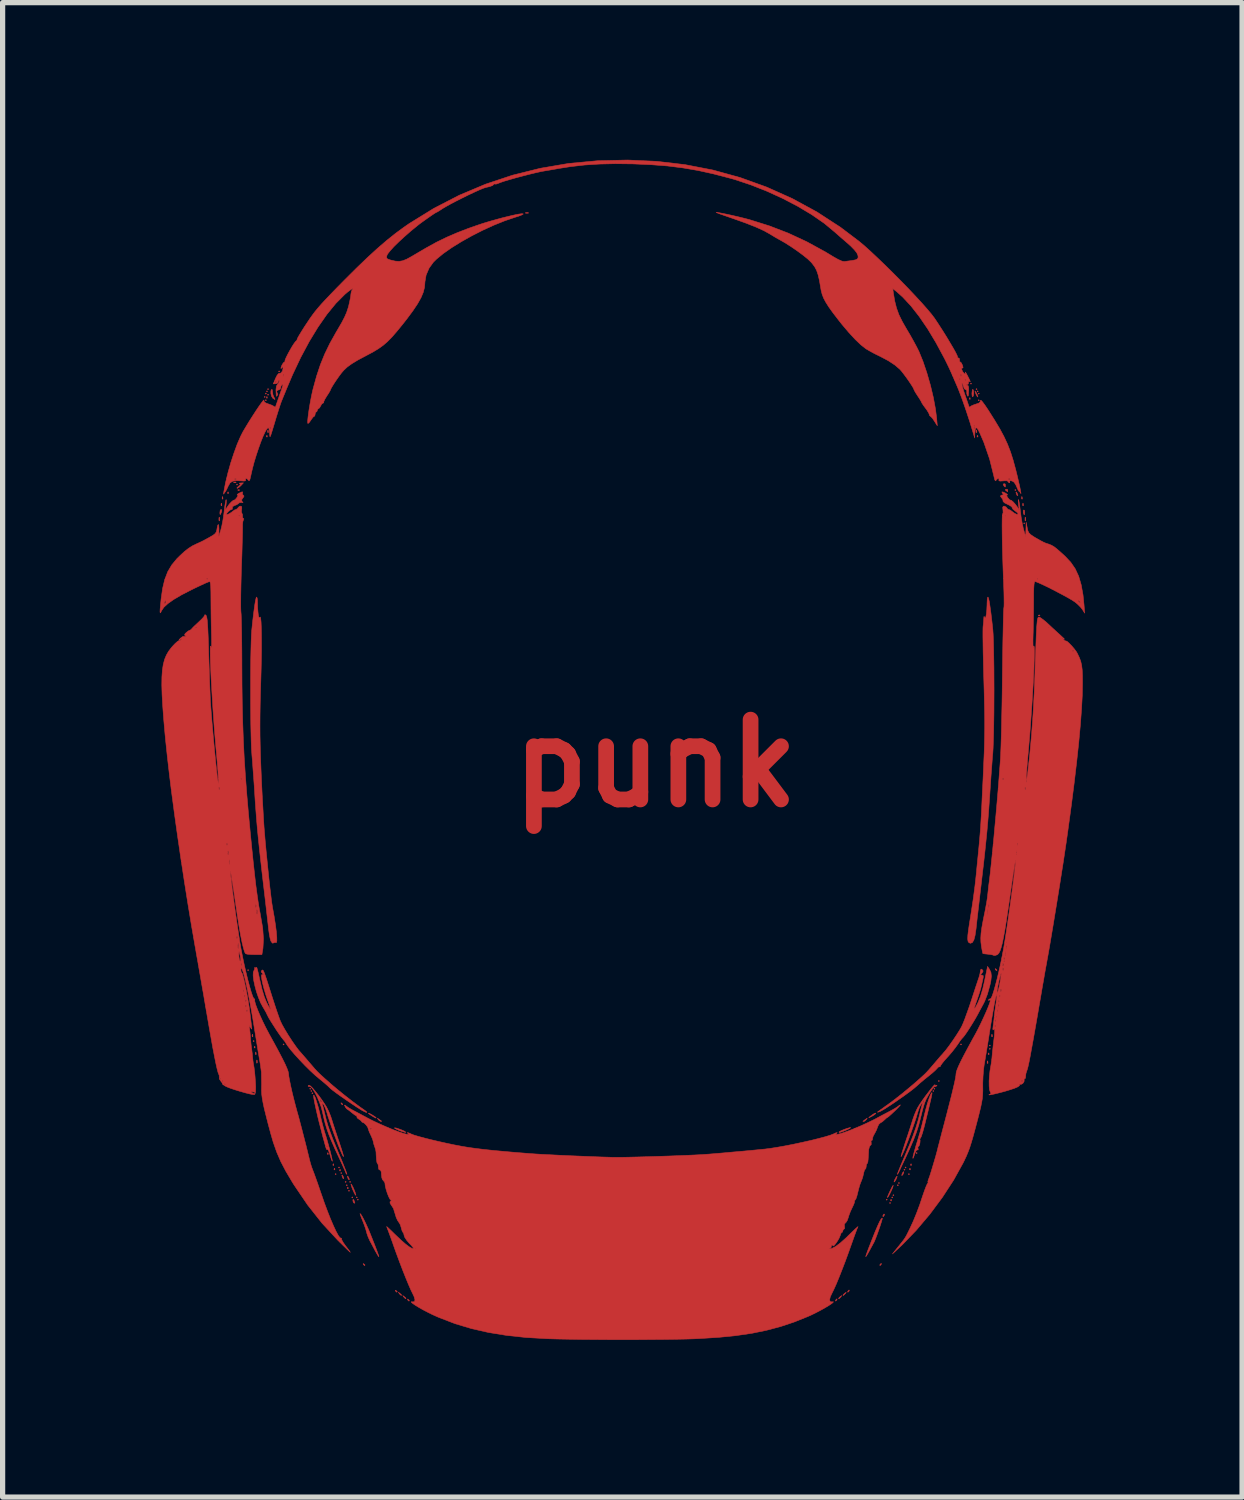
<source format=kicad_pcb>
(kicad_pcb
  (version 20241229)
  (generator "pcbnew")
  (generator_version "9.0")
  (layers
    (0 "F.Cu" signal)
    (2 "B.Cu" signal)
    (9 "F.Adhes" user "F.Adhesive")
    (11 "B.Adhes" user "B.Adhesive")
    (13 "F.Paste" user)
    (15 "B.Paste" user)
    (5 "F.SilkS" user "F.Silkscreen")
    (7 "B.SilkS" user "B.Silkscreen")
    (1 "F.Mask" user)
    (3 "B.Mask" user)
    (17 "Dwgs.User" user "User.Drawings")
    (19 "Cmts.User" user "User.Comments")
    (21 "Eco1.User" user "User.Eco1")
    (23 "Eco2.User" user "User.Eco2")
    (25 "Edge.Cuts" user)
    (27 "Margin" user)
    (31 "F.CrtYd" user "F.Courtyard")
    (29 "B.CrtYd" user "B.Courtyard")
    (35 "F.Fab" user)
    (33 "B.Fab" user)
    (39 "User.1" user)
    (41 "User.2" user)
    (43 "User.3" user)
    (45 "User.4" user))
  (footprint "punk"
    (layer "F.Cu")
    (at 9.465 11.523)
    (property "Reference" "punk" (at 0 0 0) (layer "F.Cu") (effects (font (size 1.524 1.524) (thickness 0.3))))
    (attr through_hole)
    (fp_poly (pts (xy -7.98 -5.323) (xy -7.99 -5.313) (xy -8.001 -5.323) (xy -7.99 -5.334) (xy -7.98 -5.323)) (stroke (width 0.01) (type solid)) (fill yes) (layer "F.Cu"))
    (fp_poly (pts (xy -7.768 3.948) (xy -7.779 3.958) (xy -7.789 3.948) (xy -7.779 3.937) (xy -7.768 3.948)) (stroke (width 0.01) (type solid)) (fill yes) (layer "F.Cu"))
    (fp_poly (pts (xy -7.662 5.302) (xy -7.673 5.313) (xy -7.684 5.302) (xy -7.673 5.292) (xy -7.662 5.302)) (stroke (width 0.01) (type solid)) (fill yes) (layer "F.Cu"))
    (fp_poly (pts (xy -7.451 -6.996) (xy -7.461 -6.985) (xy -7.472 -6.996) (xy -7.461 -7.006) (xy -7.451 -6.996)) (stroke (width 0.01) (type solid)) (fill yes) (layer "F.Cu"))
    (fp_poly (pts (xy -7.429 -7.059) (xy -7.44 -7.048) (xy -7.451 -7.059) (xy -7.44 -7.07) (xy -7.429 -7.059)) (stroke (width 0.01) (type solid)) (fill yes) (layer "F.Cu"))
    (fp_poly (pts (xy -7.429 -6.932) (xy -7.44 -6.921) (xy -7.451 -6.932) (xy -7.44 -6.943) (xy -7.429 -6.932)) (stroke (width 0.01) (type solid)) (fill yes) (layer "F.Cu"))
    (fp_poly (pts (xy -7.408 -7.101) (xy -7.419 -7.091) (xy -7.429 -7.101) (xy -7.419 -7.112) (xy -7.408 -7.101)) (stroke (width 0.01) (type solid)) (fill yes) (layer "F.Cu"))
    (fp_poly (pts (xy -7.387 -7.144) (xy -7.398 -7.133) (xy -7.408 -7.144) (xy -7.398 -7.154) (xy -7.387 -7.144)) (stroke (width 0.01) (type solid)) (fill yes) (layer "F.Cu"))
    (fp_poly (pts (xy -7.387 -7.038) (xy -7.398 -7.027) (xy -7.408 -7.038) (xy -7.398 -7.048) (xy -7.387 -7.038)) (stroke (width 0.01) (type solid)) (fill yes) (layer "F.Cu"))
    (fp_poly (pts (xy -7.176 -7.482) (xy -7.186 -7.472) (xy -7.197 -7.482) (xy -7.186 -7.493) (xy -7.176 -7.482)) (stroke (width 0.01) (type solid)) (fill yes) (layer "F.Cu"))
    (fp_poly (pts (xy -7.091 5.366) (xy -7.101 5.376) (xy -7.112 5.366) (xy -7.101 5.355) (xy -7.091 5.366)) (stroke (width 0.01) (type solid)) (fill yes) (layer "F.Cu"))
    (fp_poly (pts (xy -6.583 6.212) (xy -6.593 6.223) (xy -6.604 6.212) (xy -6.593 6.202) (xy -6.583 6.212)) (stroke (width 0.01) (type solid)) (fill yes) (layer "F.Cu"))
    (fp_poly (pts (xy -6.562 6.255) (xy -6.572 6.265) (xy -6.583 6.255) (xy -6.572 6.244) (xy -6.562 6.255)) (stroke (width 0.01) (type solid)) (fill yes) (layer "F.Cu"))
    (fp_poly (pts (xy -6.54 6.297) (xy -6.551 6.308) (xy -6.562 6.297) (xy -6.551 6.287) (xy -6.54 6.297)) (stroke (width 0.01) (type solid)) (fill yes) (layer "F.Cu"))
    (fp_poly (pts (xy -6.096 7.842) (xy -6.107 7.853) (xy -6.117 7.842) (xy -6.107 7.832) (xy -6.096 7.842)) (stroke (width 0.01) (type solid)) (fill yes) (layer "F.Cu"))
    (fp_poly (pts (xy -6.032 7.715) (xy -6.043 7.726) (xy -6.054 7.715) (xy -6.043 7.705) (xy -6.032 7.715)) (stroke (width 0.01) (type solid)) (fill yes) (layer "F.Cu"))
    (fp_poly (pts (xy -5.99 7.821) (xy -6.001 7.832) (xy -6.011 7.821) (xy -6.001 7.811) (xy -5.99 7.821)) (stroke (width 0.01) (type solid)) (fill yes) (layer "F.Cu"))
    (fp_poly (pts (xy -5.905 7.99) (xy -5.916 8.001) (xy -5.927 7.99) (xy -5.916 7.98) (xy -5.905 7.99)) (stroke (width 0.01) (type solid)) (fill yes) (layer "F.Cu"))
    (fp_poly (pts (xy -5.884 8.054) (xy -5.895 8.065) (xy -5.905 8.054) (xy -5.895 8.043) (xy -5.884 8.054)) (stroke (width 0.01) (type solid)) (fill yes) (layer "F.Cu"))
    (fp_poly (pts (xy -5.842 8.16) (xy -5.853 8.17) (xy -5.863 8.16) (xy -5.853 8.149) (xy -5.842 8.16)) (stroke (width 0.01) (type solid)) (fill yes) (layer "F.Cu"))
    (fp_poly (pts (xy -5.821 7.99) (xy -5.831 8.001) (xy -5.842 7.99) (xy -5.831 7.98) (xy -5.821 7.99)) (stroke (width 0.01) (type solid)) (fill yes) (layer "F.Cu"))
    (fp_poly (pts (xy -5.779 8.287) (xy -5.789 8.297) (xy -5.8 8.287) (xy -5.789 8.276) (xy -5.779 8.287)) (stroke (width 0.01) (type solid)) (fill yes) (layer "F.Cu"))
    (fp_poly (pts (xy -5.694 8.287) (xy -5.704 8.297) (xy -5.715 8.287) (xy -5.704 8.276) (xy -5.694 8.287)) (stroke (width 0.01) (type solid)) (fill yes) (layer "F.Cu"))
    (fp_poly (pts (xy -5.673 8.329) (xy -5.683 8.34) (xy -5.694 8.329) (xy -5.683 8.319) (xy -5.673 8.329)) (stroke (width 0.01) (type solid)) (fill yes) (layer "F.Cu"))
    (fp_poly (pts (xy 4.424 8.329) (xy 4.413 8.34) (xy 4.403 8.329) (xy 4.413 8.319) (xy 4.424 8.329)) (stroke (width 0.01) (type solid)) (fill yes) (layer "F.Cu"))
    (fp_poly (pts (xy 4.487 8.393) (xy 4.477 8.403) (xy 4.466 8.393) (xy 4.477 8.382) (xy 4.487 8.393)) (stroke (width 0.01) (type solid)) (fill yes) (layer "F.Cu"))
    (fp_poly (pts (xy 4.53 8.287) (xy 4.519 8.297) (xy 4.508 8.287) (xy 4.519 8.276) (xy 4.53 8.287)) (stroke (width 0.01) (type solid)) (fill yes) (layer "F.Cu"))
    (fp_poly (pts (xy 4.551 8.244) (xy 4.54 8.255) (xy 4.53 8.244) (xy 4.54 8.234) (xy 4.551 8.244)) (stroke (width 0.01) (type solid)) (fill yes) (layer "F.Cu"))
    (fp_poly (pts (xy 4.636 8.054) (xy 4.625 8.065) (xy 4.614 8.054) (xy 4.625 8.043) (xy 4.636 8.054)) (stroke (width 0.01) (type solid)) (fill yes) (layer "F.Cu"))
    (fp_poly (pts (xy 4.657 8.012) (xy 4.646 8.022) (xy 4.636 8.012) (xy 4.646 8.001) (xy 4.657 8.012)) (stroke (width 0.01) (type solid)) (fill yes) (layer "F.Cu"))
    (fp_poly (pts (xy 4.763 7.758) (xy 4.752 7.768) (xy 4.741 7.758) (xy 4.752 7.747) (xy 4.763 7.758)) (stroke (width 0.01) (type solid)) (fill yes) (layer "F.Cu"))
    (fp_poly (pts (xy 4.784 7.715) (xy 4.773 7.726) (xy 4.763 7.715) (xy 4.773 7.705) (xy 4.784 7.715)) (stroke (width 0.01) (type solid)) (fill yes) (layer "F.Cu"))
    (fp_poly (pts (xy 4.847 7.842) (xy 4.837 7.853) (xy 4.826 7.842) (xy 4.837 7.832) (xy 4.847 7.842)) (stroke (width 0.01) (type solid)) (fill yes) (layer "F.Cu"))
    (fp_poly (pts (xy 4.995 7.44) (xy 4.985 7.451) (xy 4.974 7.44) (xy 4.985 7.429) (xy 4.995 7.44)) (stroke (width 0.01) (type solid)) (fill yes) (layer "F.Cu"))
    (fp_poly (pts (xy 5.313 6.255) (xy 5.302 6.265) (xy 5.292 6.255) (xy 5.302 6.244) (xy 5.313 6.255)) (stroke (width 0.01) (type solid)) (fill yes) (layer "F.Cu"))
    (fp_poly (pts (xy 5.334 6.212) (xy 5.323 6.223) (xy 5.313 6.212) (xy 5.323 6.202) (xy 5.334 6.212)) (stroke (width 0.01) (type solid)) (fill yes) (layer "F.Cu"))
    (fp_poly (pts (xy 5.419 6.064) (xy 5.408 6.075) (xy 5.397 6.064) (xy 5.408 6.054) (xy 5.419 6.064)) (stroke (width 0.01) (type solid)) (fill yes) (layer "F.Cu"))
    (fp_poly (pts (xy 5.842 5.366) (xy 5.831 5.376) (xy 5.821 5.366) (xy 5.831 5.355) (xy 5.842 5.366)) (stroke (width 0.01) (type solid)) (fill yes) (layer "F.Cu"))
    (fp_poly (pts (xy 6.032 -7.25) (xy 6.022 -7.239) (xy 6.011 -7.25) (xy 6.022 -7.26) (xy 6.032 -7.25)) (stroke (width 0.01) (type solid)) (fill yes) (layer "F.Cu"))
    (fp_poly (pts (xy 6.138 -7.144) (xy 6.128 -7.133) (xy 6.117 -7.144) (xy 6.128 -7.154) (xy 6.138 -7.144)) (stroke (width 0.01) (type solid)) (fill yes) (layer "F.Cu"))
    (fp_poly (pts (xy 6.16 -7.101) (xy 6.149 -7.091) (xy 6.138 -7.101) (xy 6.149 -7.112) (xy 6.16 -7.101)) (stroke (width 0.01) (type solid)) (fill yes) (layer "F.Cu"))
    (fp_poly (pts (xy 6.181 -7.059) (xy 6.17 -7.048) (xy 6.16 -7.059) (xy 6.17 -7.07) (xy 6.181 -7.059)) (stroke (width 0.01) (type solid)) (fill yes) (layer "F.Cu"))
    (fp_poly (pts (xy 6.181 -6.932) (xy 6.17 -6.921) (xy 6.16 -6.932) (xy 6.17 -6.943) (xy 6.181 -6.932)) (stroke (width 0.01) (type solid)) (fill yes) (layer "F.Cu"))
    (fp_poly (pts (xy 6.392 5.387) (xy 6.382 5.397) (xy 6.371 5.387) (xy 6.382 5.376) (xy 6.392 5.387)) (stroke (width 0.01) (type solid)) (fill yes) (layer "F.Cu"))
    (fp_poly (pts (xy 6.392 5.45) (xy 6.382 5.461) (xy 6.371 5.45) (xy 6.382 5.44) (xy 6.392 5.45)) (stroke (width 0.01) (type solid)) (fill yes) (layer "F.Cu"))
    (fp_poly (pts (xy 6.879 -5.218) (xy 6.869 -5.207) (xy 6.858 -5.218) (xy 6.869 -5.228) (xy 6.879 -5.218)) (stroke (width 0.01) (type solid)) (fill yes) (layer "F.Cu"))
    (fp_poly (pts (xy 7.048 -4.583) (xy 7.038 -4.572) (xy 7.027 -4.583) (xy 7.038 -4.593) (xy 7.048 -4.583)) (stroke (width 0.01) (type solid)) (fill yes) (layer "F.Cu"))
    (fp_poly (pts (xy -8.283 -4.957) (xy -8.28 -4.924) (xy -8.285 -4.916) (xy -8.294 -4.923) (xy -8.296 -4.944) (xy -8.29 -4.967) (xy -8.283 -4.957)) (stroke (width 0.01) (type solid)) (fill yes) (layer "F.Cu"))
    (fp_poly (pts (xy -8.262 -5.084) (xy -8.259 -5.051) (xy -8.263 -5.043) (xy -8.273 -5.05) (xy -8.274 -5.071) (xy -8.269 -5.094) (xy -8.262 -5.084)) (stroke (width 0.01) (type solid)) (fill yes) (layer "F.Cu"))
    (fp_poly (pts (xy -8.156 -5.179) (xy -8.154 -5.154) (xy -8.156 -5.151) (xy -8.169 -5.153) (xy -8.17 -5.165) (xy -8.163 -5.182) (xy -8.156 -5.179)) (stroke (width 0.01) (type solid)) (fill yes) (layer "F.Cu"))
    (fp_poly (pts (xy -8.007 -5.368) (xy -8.013 -5.358) (xy -8.035 -5.357) (xy -8.057 -5.362) (xy -8.047 -5.37) (xy -8.014 -5.372) (xy -8.007 -5.368)) (stroke (width 0.01) (type solid)) (fill yes) (layer "F.Cu"))
    (fp_poly (pts (xy -7.945 -5.221) (xy -7.947 -5.209) (xy -7.959 -5.207) (xy -7.976 -5.215) (xy -7.973 -5.221) (xy -7.948 -5.224) (xy -7.945 -5.221)) (stroke (width 0.01) (type solid)) (fill yes) (layer "F.Cu"))
    (fp_poly (pts (xy -7.69 5.182) (xy -7.688 5.215) (xy -7.692 5.222) (xy -7.701 5.216) (xy -7.703 5.195) (xy -7.698 5.172) (xy -7.69 5.182)) (stroke (width 0.01) (type solid)) (fill yes) (layer "F.Cu"))
    (fp_poly (pts (xy -7.648 5.405) (xy -7.646 5.43) (xy -7.648 5.433) (xy -7.661 5.43) (xy -7.662 5.419) (xy -7.655 5.401) (xy -7.648 5.405)) (stroke (width 0.01) (type solid)) (fill yes) (layer "F.Cu"))
    (fp_poly (pts (xy -7.627 5.521) (xy -7.624 5.554) (xy -7.628 5.561) (xy -7.638 5.555) (xy -7.639 5.533) (xy -7.634 5.511) (xy -7.627 5.521)) (stroke (width 0.01) (type solid)) (fill yes) (layer "F.Cu"))
    (fp_poly (pts (xy -7.606 5.667) (xy -7.603 5.711) (xy -7.606 5.72) (xy -7.614 5.723) (xy -7.617 5.694) (xy -7.613 5.664) (xy -7.606 5.667)) (stroke (width 0.01) (type solid)) (fill yes) (layer "F.Cu"))
    (fp_poly (pts (xy -7.415 -6.999) (xy -7.413 -6.974) (xy -7.415 -6.971) (xy -7.428 -6.974) (xy -7.429 -6.985) (xy -7.422 -7.002) (xy -7.415 -6.999)) (stroke (width 0.01) (type solid)) (fill yes) (layer "F.Cu"))
    (fp_poly (pts (xy -7.415 -6.258) (xy -7.413 -6.233) (xy -7.415 -6.23) (xy -7.428 -6.233) (xy -7.429 -6.244) (xy -7.422 -6.262) (xy -7.415 -6.258)) (stroke (width 0.01) (type solid)) (fill yes) (layer "F.Cu"))
    (fp_poly (pts (xy -7.394 -6.354) (xy -7.391 -6.321) (xy -7.396 -6.313) (xy -7.405 -6.32) (xy -7.407 -6.341) (xy -7.401 -6.364) (xy -7.394 -6.354)) (stroke (width 0.01) (type solid)) (fill yes) (layer "F.Cu"))
    (fp_poly (pts (xy -6.251 7.437) (xy -6.249 7.462) (xy -6.251 7.465) (xy -6.264 7.462) (xy -6.265 7.451) (xy -6.258 7.433) (xy -6.251 7.437)) (stroke (width 0.01) (type solid)) (fill yes) (layer "F.Cu"))
    (fp_poly (pts (xy -6.145 7.648) (xy -6.143 7.673) (xy -6.145 7.676) (xy -6.158 7.674) (xy -6.16 7.662) (xy -6.152 7.645) (xy -6.145 7.648)) (stroke (width 0.01) (type solid)) (fill yes) (layer "F.Cu"))
    (fp_poly (pts (xy -6.124 7.733) (xy -6.122 7.758) (xy -6.124 7.761) (xy -6.137 7.758) (xy -6.138 7.747) (xy -6.131 7.73) (xy -6.124 7.733)) (stroke (width 0.01) (type solid)) (fill yes) (layer "F.Cu"))
    (fp_poly (pts (xy -6.018 7.754) (xy -6.016 7.779) (xy -6.018 7.782) (xy -6.031 7.779) (xy -6.032 7.768) (xy -6.025 7.751) (xy -6.018 7.754)) (stroke (width 0.01) (type solid)) (fill yes) (layer "F.Cu"))
    (fp_poly (pts (xy -5.87 8.093) (xy -5.868 8.118) (xy -5.87 8.121) (xy -5.883 8.118) (xy -5.884 8.107) (xy -5.877 8.089) (xy -5.87 8.093)) (stroke (width 0.01) (type solid)) (fill yes) (layer "F.Cu"))
    (fp_poly (pts (xy -2.429 -10.513) (xy -2.426 -10.505) (xy -2.455 -10.502) (xy -2.485 -10.505) (xy -2.482 -10.513) (xy -2.438 -10.515) (xy -2.429 -10.513)) (stroke (width 0.01) (type solid)) (fill yes) (layer "F.Cu"))
    (fp_poly (pts (xy 4.501 8.326) (xy 4.504 8.351) (xy 4.501 8.354) (xy 4.489 8.351) (xy 4.487 8.34) (xy 4.495 8.322) (xy 4.501 8.326)) (stroke (width 0.01) (type solid)) (fill yes) (layer "F.Cu"))
    (fp_poly (pts (xy 4.861 7.733) (xy 4.864 7.758) (xy 4.861 7.761) (xy 4.849 7.758) (xy 4.847 7.747) (xy 4.855 7.73) (xy 4.861 7.733)) (stroke (width 0.01) (type solid)) (fill yes) (layer "F.Cu"))
    (fp_poly (pts (xy 4.882 7.648) (xy 4.885 7.673) (xy 4.882 7.676) (xy 4.87 7.674) (xy 4.868 7.662) (xy 4.876 7.645) (xy 4.882 7.648)) (stroke (width 0.01) (type solid)) (fill yes) (layer "F.Cu"))
    (fp_poly (pts (xy 6.004 -6.978) (xy 6.007 -6.953) (xy 6.004 -6.95) (xy 5.992 -6.953) (xy 5.99 -6.964) (xy 5.998 -6.981) (xy 6.004 -6.978)) (stroke (width 0.01) (type solid)) (fill yes) (layer "F.Cu"))
    (fp_poly (pts (xy 6.132 -6.354) (xy 6.134 -6.321) (xy 6.13 -6.313) (xy 6.12 -6.32) (xy 6.119 -6.341) (xy 6.124 -6.364) (xy 6.132 -6.354)) (stroke (width 0.01) (type solid)) (fill yes) (layer "F.Cu"))
    (fp_poly (pts (xy 6.152 -6.258) (xy 6.155 -6.233) (xy 6.152 -6.23) (xy 6.14 -6.233) (xy 6.138 -6.244) (xy 6.146 -6.262) (xy 6.152 -6.258)) (stroke (width 0.01) (type solid)) (fill yes) (layer "F.Cu"))
    (fp_poly (pts (xy 6.343 5.69) (xy 6.346 5.723) (xy 6.342 5.73) (xy 6.332 5.724) (xy 6.331 5.703) (xy 6.336 5.68) (xy 6.343 5.69)) (stroke (width 0.01) (type solid)) (fill yes) (layer "F.Cu"))
    (fp_poly (pts (xy 6.364 5.532) (xy 6.367 5.557) (xy 6.364 5.56) (xy 6.352 5.557) (xy 6.35 5.546) (xy 6.358 5.528) (xy 6.364 5.532)) (stroke (width 0.01) (type solid)) (fill yes) (layer "F.Cu"))
    (fp_poly (pts (xy 6.428 5.182) (xy 6.43 5.215) (xy 6.426 5.222) (xy 6.417 5.216) (xy 6.415 5.195) (xy 6.42 5.172) (xy 6.428 5.182)) (stroke (width 0.01) (type solid)) (fill yes) (layer "F.Cu"))
    (fp_poly (pts (xy 6.999 -5.084) (xy 7.002 -5.051) (xy 6.998 -5.043) (xy 6.988 -5.05) (xy 6.987 -5.071) (xy 6.992 -5.094) (xy 6.999 -5.084)) (stroke (width 0.01) (type solid)) (fill yes) (layer "F.Cu"))
    (fp_poly (pts (xy 7.021 -4.957) (xy 7.023 -4.924) (xy 7.019 -4.916) (xy 7.009 -4.923) (xy 7.008 -4.944) (xy 7.013 -4.967) (xy 7.021 -4.957)) (stroke (width 0.01) (type solid)) (fill yes) (layer "F.Cu"))
    (fp_poly (pts (xy 7.338 -2.829) (xy 7.335 -2.817) (xy 7.324 -2.815) (xy 7.306 -2.823) (xy 7.31 -2.829) (xy 7.335 -2.832) (xy 7.338 -2.829)) (stroke (width 0.01) (type solid)) (fill yes) (layer "F.Cu"))
    (fp_poly (pts (xy -5.993 6.486) (xy -5.971 6.507) (xy -5.975 6.519) (xy -5.978 6.519) (xy -5.996 6.504) (xy -6.003 6.495) (xy -6.005 6.48) (xy -5.993 6.486)) (stroke (width 0.01) (type solid)) (fill yes) (layer "F.Cu"))
    (fp_poly (pts (xy -5.966 7.881) (xy -5.952 7.916) (xy -5.954 7.929) (xy -5.968 7.922) (xy -5.977 7.905) (xy -5.989 7.865) (xy -5.984 7.857) (xy -5.966 7.881)) (stroke (width 0.01) (type solid)) (fill yes) (layer "F.Cu"))
    (fp_poly (pts (xy -5.861 7.902) (xy -5.847 7.937) (xy -5.848 7.951) (xy -5.862 7.943) (xy -5.871 7.926) (xy -5.883 7.886) (xy -5.878 7.878) (xy -5.861 7.902)) (stroke (width 0.01) (type solid)) (fill yes) (layer "F.Cu"))
    (fp_poly (pts (xy -5.57 9.555) (xy -5.547 9.576) (xy -5.552 9.588) (xy -5.555 9.588) (xy -5.573 9.573) (xy -5.579 9.564) (xy -5.582 9.55) (xy -5.57 9.555)) (stroke (width 0.01) (type solid)) (fill yes) (layer "F.Cu"))
    (fp_poly (pts (xy -4.956 10.063) (xy -4.934 10.082) (xy -4.932 10.087) (xy -4.942 10.096) (xy -4.963 10.076) (xy -4.966 10.072) (xy -4.968 10.058) (xy -4.956 10.063)) (stroke (width 0.01) (type solid)) (fill yes) (layer "F.Cu"))
    (fp_poly (pts (xy -4.723 10.232) (xy -4.701 10.253) (xy -4.705 10.266) (xy -4.708 10.266) (xy -4.726 10.251) (xy -4.733 10.241) (xy -4.735 10.227) (xy -4.723 10.232)) (stroke (width 0.01) (type solid)) (fill yes) (layer "F.Cu"))
    (fp_poly (pts (xy 4.372 8.608) (xy 4.368 8.624) (xy 4.351 8.654) (xy 4.34 8.649) (xy 4.339 8.637) (xy 4.355 8.609) (xy 4.36 8.604) (xy 4.372 8.608)) (stroke (width 0.01) (type solid)) (fill yes) (layer "F.Cu"))
    (fp_poly (pts (xy 6.495 3.924) (xy 6.517 3.944) (xy 6.519 3.949) (xy 6.509 3.958) (xy 6.488 3.938) (xy 6.486 3.934) (xy 6.483 3.919) (xy 6.495 3.924)) (stroke (width 0.01) (type solid)) (fill yes) (layer "F.Cu"))
    (fp_poly (pts (xy 6.675 -5.333) (xy 6.68 -5.31) (xy 6.678 -5.276) (xy 6.665 -5.28) (xy 6.648 -5.3) (xy 6.636 -5.327) (xy 6.652 -5.34) (xy 6.675 -5.333)) (stroke (width 0.01) (type solid)) (fill yes) (layer "F.Cu"))
    (fp_poly (pts (xy 6.903 -5.158) (xy 6.917 -5.123) (xy 6.915 -5.109) (xy 6.901 -5.117) (xy 6.892 -5.134) (xy 6.88 -5.174) (xy 6.885 -5.182) (xy 6.903 -5.158)) (stroke (width 0.01) (type solid)) (fill yes) (layer "F.Cu"))
    (fp_poly (pts (xy -8.326 -4.697) (xy -8.325 -4.693) (xy -8.322 -4.647) (xy -8.326 -4.63) (xy -8.333 -4.629) (xy -8.336 -4.662) (xy -8.336 -4.667) (xy -8.332 -4.7) (xy -8.326 -4.697)) (stroke (width 0.01) (type solid)) (fill yes) (layer "F.Cu"))
    (fp_poly (pts (xy -8.28 -4.839) (xy -8.284 -4.807) (xy -8.297 -4.773) (xy -8.31 -4.748) (xy -8.316 -4.76) (xy -8.317 -4.789) (xy -8.311 -4.831) (xy -8.297 -4.847) (xy -8.28 -4.839)) (stroke (width 0.01) (type solid)) (fill yes) (layer "F.Cu"))
    (fp_poly (pts (xy -5.759 8.339) (xy -5.755 8.347) (xy -5.741 8.382) (xy -5.746 8.399) (xy -5.764 8.389) (xy -5.777 8.357) (xy -5.778 8.341) (xy -5.774 8.322) (xy -5.759 8.339)) (stroke (width 0.01) (type solid)) (fill yes) (layer "F.Cu"))
    (fp_poly (pts (xy -4.9 10.103) (xy -4.884 10.115) (xy -4.855 10.141) (xy -4.847 10.152) (xy -4.857 10.158) (xy -4.886 10.131) (xy -4.892 10.123) (xy -4.911 10.098) (xy -4.9 10.103)) (stroke (width 0.01) (type solid)) (fill yes) (layer "F.Cu"))
    (fp_poly (pts (xy -4.815 10.167) (xy -4.8 10.178) (xy -4.77 10.205) (xy -4.763 10.216) (xy -4.773 10.222) (xy -4.801 10.195) (xy -4.808 10.186) (xy -4.826 10.161) (xy -4.815 10.167)) (stroke (width 0.01) (type solid)) (fill yes) (layer "F.Cu"))
    (fp_poly (pts (xy 3.465 10.237) (xy 3.461 10.245) (xy 3.441 10.265) (xy 3.437 10.266) (xy 3.436 10.252) (xy 3.44 10.245) (xy 3.46 10.224) (xy 3.463 10.223) (xy 3.465 10.237)) (stroke (width 0.01) (type solid)) (fill yes) (layer "F.Cu"))
    (fp_poly (pts (xy 3.549 10.171) (xy 3.538 10.186) (xy 3.507 10.219) (xy 3.493 10.219) (xy 3.493 10.216) (xy 3.507 10.198) (xy 3.53 10.178) (xy 3.555 10.16) (xy 3.549 10.171)) (stroke (width 0.01) (type solid)) (fill yes) (layer "F.Cu"))
    (fp_poly (pts (xy 3.634 10.108) (xy 3.622 10.123) (xy 3.591 10.156) (xy 3.578 10.156) (xy 3.577 10.152) (xy 3.592 10.134) (xy 3.614 10.115) (xy 3.639 10.097) (xy 3.634 10.108)) (stroke (width 0.01) (type solid)) (fill yes) (layer "F.Cu"))
    (fp_poly (pts (xy 3.698 10.068) (xy 3.694 10.075) (xy 3.674 10.096) (xy 3.67 10.097) (xy 3.668 10.083) (xy 3.672 10.075) (xy 3.692 10.055) (xy 3.696 10.054) (xy 3.698 10.068)) (stroke (width 0.01) (type solid)) (fill yes) (layer "F.Cu"))
    (fp_poly (pts (xy 4.311 9.56) (xy 4.307 9.567) (xy 4.287 9.588) (xy 4.284 9.588) (xy 4.282 9.575) (xy 4.286 9.567) (xy 4.306 9.547) (xy 4.31 9.546) (xy 4.311 9.56)) (stroke (width 0.01) (type solid)) (fill yes) (layer "F.Cu"))
    (fp_poly (pts (xy 4.741 7.8) (xy 4.73 7.835) (xy 4.72 7.853) (xy 4.703 7.87) (xy 4.7 7.863) (xy 4.71 7.829) (xy 4.72 7.811) (xy 4.737 7.794) (xy 4.741 7.8)) (stroke (width 0.01) (type solid)) (fill yes) (layer "F.Cu"))
    (fp_poly (pts (xy 6.72 -5.229) (xy 6.724 -5.216) (xy 6.723 -5.189) (xy 6.722 -5.186) (xy 6.706 -5.196) (xy 6.692 -5.204) (xy 6.675 -5.222) (xy 6.694 -5.234) (xy 6.72 -5.229)) (stroke (width 0.01) (type solid)) (fill yes) (layer "F.Cu"))
    (fp_poly (pts (xy 7.043 -4.829) (xy 7.048 -4.795) (xy 7.045 -4.751) (xy 7.035 -4.746) (xy 7.021 -4.784) (xy 7.021 -4.784) (xy 7.02 -4.823) (xy 7.029 -4.838) (xy 7.043 -4.829)) (stroke (width 0.01) (type solid)) (fill yes) (layer "F.Cu"))
    (fp_poly (pts (xy 7.062 -4.697) (xy 7.063 -4.693) (xy 7.066 -4.647) (xy 7.062 -4.63) (xy 7.055 -4.629) (xy 7.053 -4.662) (xy 7.053 -4.667) (xy 7.056 -4.7) (xy 7.062 -4.697)) (stroke (width 0.01) (type solid)) (fill yes) (layer "F.Cu"))
    (fp_poly (pts (xy -5.302 6.779) (xy -5.281 6.794) (xy -5.245 6.82) (xy -5.23 6.831) (xy -5.237 6.837) (xy -5.243 6.837) (xy -5.273 6.822) (xy -5.294 6.8) (xy -5.312 6.775) (xy -5.302 6.779)) (stroke (width 0.01) (type solid)) (fill yes) (layer "F.Cu"))
    (fp_poly (pts (xy 4.038 6.781) (xy 4.024 6.8) (xy 3.992 6.83) (xy 3.973 6.837) (xy 3.958 6.833) (xy 3.96 6.831) (xy 3.982 6.815) (xy 4.011 6.794) (xy 4.04 6.774) (xy 4.038 6.781)) (stroke (width 0.01) (type solid)) (fill yes) (layer "F.Cu"))
    (fp_poly (pts (xy 6.113 -7.092) (xy 6.13 -7.063) (xy 6.15 -7.019) (xy 6.154 -6.994) (xy 6.154 -6.994) (xy 6.14 -7.004) (xy 6.121 -7.039) (xy 6.101 -7.089) (xy 6.099 -7.107) (xy 6.113 -7.092)) (stroke (width 0.01) (type solid)) (fill yes) (layer "F.Cu"))
    (fp_poly (pts (xy 4.613 7.885) (xy 4.603 7.917) (xy 4.583 7.959) (xy 4.562 7.989) (xy 4.552 7.991) (xy 4.552 7.99) (xy 4.562 7.958) (xy 4.583 7.916) (xy 4.604 7.885) (xy 4.613 7.884) (xy 4.613 7.885)) (stroke (width 0.01) (type solid)) (fill yes) (layer "F.Cu"))
    (fp_poly (pts (xy 6.059 -7.14) (xy 6.071 -7.113) (xy 6.074 -7.065) (xy 6.068 -7.019) (xy 6.056 -6.997) (xy 6.045 -7.008) (xy 6.04 -7.05) (xy 6.04 -7.068) (xy 6.046 -7.117) (xy 6.055 -7.141) (xy 6.059 -7.14)) (stroke (width 0.01) (type solid)) (fill yes) (layer "F.Cu"))
    (fp_poly (pts (xy 4.203 6.687) (xy 4.175 6.711) (xy 4.127 6.74) (xy 4.121 6.743) (xy 4.079 6.763) (xy 4.07 6.763) (xy 4.092 6.744) (xy 4.096 6.741) (xy 4.145 6.704) (xy 4.184 6.681) (xy 4.205 6.677) (xy 4.203 6.687)) (stroke (width 0.01) (type solid)) (fill yes) (layer "F.Cu"))
    (fp_poly (pts (xy -7.316 -7.131) (xy -7.313 -7.095) (xy -7.303 -7.032) (xy -7.285 -6.99) (xy -7.264 -6.953) (xy -7.271 -6.947) (xy -7.307 -6.971) (xy -7.308 -6.972) (xy -7.331 -7.008) (xy -7.344 -7.061) (xy -7.343 -7.111) (xy -7.328 -7.141) (xy -7.316 -7.131)) (stroke (width 0.01) (type solid)) (fill yes) (layer "F.Cu"))
    (fp_poly (pts (xy -5.802 8.043) (xy -5.779 8.084) (xy -5.759 8.129) (xy -5.735 8.19) (xy -5.722 8.234) (xy -5.721 8.247) (xy -5.734 8.235) (xy -5.756 8.193) (xy -5.777 8.148) (xy -5.801 8.087) (xy -5.814 8.044) (xy -5.815 8.03) (xy -5.802 8.043)) (stroke (width 0.01) (type solid)) (fill yes) (layer "F.Cu"))
    (fp_poly (pts (xy -7.916 -5.302) (xy -7.956 -5.266) (xy -7.987 -5.25) (xy -7.989 -5.25) (xy -7.991 -5.261) (xy -7.964 -5.287) (xy -7.961 -5.289) (xy -7.929 -5.319) (xy -7.932 -5.336) (xy -7.94 -5.34) (xy -7.946 -5.349) (xy -7.918 -5.353) (xy -7.867 -5.355) (xy -7.916 -5.302)) (stroke (width 0.01) (type solid)) (fill yes) (layer "F.Cu"))
    (fp_poly (pts (xy -5.466 6.682) (xy -5.426 6.702) (xy -5.408 6.713) (xy -5.362 6.742) (xy -5.336 6.762) (xy -5.334 6.765) (xy -5.337 6.772) (xy -5.354 6.766) (xy -5.394 6.743) (xy -5.413 6.731) (xy -5.458 6.702) (xy -5.481 6.682) (xy -5.482 6.679) (xy -5.466 6.682)) (stroke (width 0.01) (type solid)) (fill yes) (layer "F.Cu"))
    (fp_poly (pts (xy -4.947 6.963) (xy -4.899 6.979) (xy -4.845 6.999) (xy -4.799 7.02) (xy -4.788 7.026) (xy -4.766 7.043) (xy -4.78 7.045) (xy -4.824 7.033) (xy -4.878 7.015) (xy -4.936 6.99) (xy -4.977 6.968) (xy -4.984 6.962) (xy -4.98 6.957) (xy -4.947 6.963)) (stroke (width 0.01) (type solid)) (fill yes) (layer "F.Cu"))
    (fp_poly (pts (xy 3.725 6.955) (xy 3.708 6.969) (xy 3.664 6.991) (xy 3.608 7.015) (xy 3.553 7.036) (xy 3.514 7.047) (xy 3.507 7.048) (xy 3.501 7.039) (xy 3.518 7.026) (xy 3.561 7.005) (xy 3.616 6.983) (xy 3.671 6.965) (xy 3.712 6.954) (xy 3.725 6.955)) (stroke (width 0.01) (type solid)) (fill yes) (layer "F.Cu"))
    (fp_poly (pts (xy 4.538 8.061) (xy 4.537 8.065) (xy 4.524 8.105) (xy 4.501 8.158) (xy 4.475 8.213) (xy 4.45 8.259) (xy 4.432 8.287) (xy 4.426 8.287) (xy 4.435 8.258) (xy 4.458 8.204) (xy 4.489 8.139) (xy 4.517 8.084) (xy 4.535 8.056) (xy 4.538 8.061)) (stroke (width 0.01) (type solid)) (fill yes) (layer "F.Cu"))
    (fp_poly (pts (xy 4.33 8.683) (xy 4.326 8.705) (xy 4.311 8.757) (xy 4.288 8.829) (xy 4.26 8.911) (xy 4.23 8.995) (xy 4.202 9.069) (xy 4.179 9.125) (xy 4.169 9.146) (xy 4.141 9.197) (xy 4.104 9.265) (xy 4.08 9.31) (xy 4.047 9.369) (xy 4.022 9.408) (xy 4.013 9.419) (xy 4.016 9.401) (xy 4.032 9.353) (xy 4.057 9.285) (xy 4.064 9.266) (xy 4.136 9.081) (xy 4.195 8.934) (xy 4.243 8.823) (xy 4.279 8.745) (xy 4.306 8.699) (xy 4.324 8.681) (xy 4.33 8.683)) (stroke (width 0.01) (type solid)) (fill yes) (layer "F.Cu"))
    (fp_poly (pts (xy -5.624 8.612) (xy -5.594 8.661) (xy -5.556 8.734) (xy -5.515 8.821) (xy -5.473 8.915) (xy -5.466 8.932) (xy -5.406 9.082) (xy -5.356 9.209) (xy -5.318 9.309) (xy -5.293 9.379) (xy -5.282 9.415) (xy -5.283 9.419) (xy -5.296 9.402) (xy -5.323 9.358) (xy -5.35 9.31) (xy -5.392 9.231) (xy -5.435 9.15) (xy -5.454 9.115) (xy -5.487 9.043) (xy -5.512 8.971) (xy -5.516 8.954) (xy -5.532 8.896) (xy -5.559 8.817) (xy -5.59 8.737) (xy -5.618 8.668) (xy -5.636 8.617) (xy -5.642 8.594) (xy -5.642 8.594) (xy -5.624 8.612)) (stroke (width 0.01) (type solid)) (fill yes) (layer "F.Cu"))
    (fp_poly (pts (xy -6.516 6.342) (xy -6.495 6.387) (xy -6.47 6.462) (xy -6.441 6.558) (xy -6.412 6.672) (xy -6.401 6.719) (xy -6.376 6.825) (xy -6.35 6.925) (xy -6.327 7.008) (xy -6.315 7.048) (xy -6.292 7.12) (xy -6.266 7.208) (xy -6.239 7.305) (xy -6.213 7.4) (xy -6.192 7.485) (xy -6.177 7.551) (xy -6.17 7.589) (xy -6.17 7.596) (xy -6.18 7.582) (xy -6.196 7.537) (xy -6.215 7.474) (xy -6.236 7.411) (xy -6.254 7.373) (xy -6.266 7.367) (xy -6.272 7.374) (xy -6.278 7.373) (xy -6.286 7.358) (xy -6.297 7.324) (xy -6.3 7.313) (xy -6.287 7.313) (xy -6.276 7.324) (xy -6.265 7.313) (xy -6.276 7.303) (xy -6.287 7.313) (xy -6.3 7.313) (xy -6.313 7.267) (xy -6.336 7.183) (xy -6.347 7.144) (xy -6.329 7.144) (xy -6.318 7.154) (xy -6.308 7.144) (xy -6.318 7.133) (xy -6.329 7.144) (xy -6.347 7.144) (xy -6.368 7.065) (xy -6.391 6.974) (xy -6.424 6.847) (xy -6.455 6.72) (xy -6.482 6.6) (xy -6.505 6.495) (xy -6.521 6.41) (xy -6.53 6.354) (xy -6.529 6.332) (xy -6.516 6.342)) (stroke (width 0.01) (type solid)) (fill yes) (layer "F.Cu"))
    (fp_poly (pts (xy 5.279 6.292) (xy 5.277 6.31) (xy 5.27 6.347) (xy 5.258 6.405) (xy 5.238 6.489) (xy 5.211 6.604) (xy 5.174 6.754) (xy 5.153 6.841) (xy 5.123 6.96) (xy 5.096 7.056) (xy 5.073 7.123) (xy 5.057 7.158) (xy 5.052 7.161) (xy 5.041 7.161) (xy 5.045 7.17) (xy 5.051 7.202) (xy 5.047 7.247) (xy 5.037 7.289) (xy 5.023 7.313) (xy 5.016 7.313) (xy 5.007 7.321) (xy 5.011 7.348) (xy 5.014 7.38) (xy 5 7.379) (xy 4.979 7.388) (xy 4.955 7.435) (xy 4.945 7.466) (xy 4.927 7.517) (xy 4.915 7.541) (xy 4.912 7.537) (xy 4.914 7.513) (xy 4.924 7.47) (xy 4.942 7.403) (xy 4.969 7.307) (xy 5.008 7.179) (xy 5.028 7.112) (xy 5.038 7.08) (xy 5.059 7.08) (xy 5.069 7.091) (xy 5.08 7.08) (xy 5.069 7.07) (xy 5.059 7.08) (xy 5.038 7.08) (xy 5.054 7.023) (xy 5.084 6.91) (xy 5.114 6.789) (xy 5.133 6.71) (xy 5.162 6.594) (xy 5.192 6.487) (xy 5.199 6.466) (xy 5.207 6.466) (xy 5.218 6.477) (xy 5.228 6.466) (xy 5.218 6.456) (xy 5.207 6.466) (xy 5.199 6.466) (xy 5.222 6.396) (xy 5.248 6.328) (xy 5.269 6.291) (xy 5.277 6.287) (xy 5.279 6.292)) (stroke (width 0.01) (type solid)) (fill yes) (layer "F.Cu"))
    (fp_poly (pts (xy -6.585 6.162) (xy -6.541 6.206) (xy -6.486 6.272) (xy -6.424 6.35) (xy -6.363 6.435) (xy -6.307 6.519) (xy -6.279 6.565) (xy -6.241 6.641) (xy -6.203 6.734) (xy -6.182 6.798) (xy -6.16 6.869) (xy -6.128 6.968) (xy -6.09 7.083) (xy -6.051 7.2) (xy -6.045 7.216) (xy -6.011 7.319) (xy -5.983 7.406) (xy -5.964 7.47) (xy -5.956 7.504) (xy -5.956 7.508) (xy -5.968 7.495) (xy -5.991 7.448) (xy -6.023 7.374) (xy -6.061 7.28) (xy -6.102 7.171) (xy -6.145 7.056) (xy -6.186 6.939) (xy -6.224 6.828) (xy -6.256 6.73) (xy -6.274 6.668) (xy -6.298 6.595) (xy -6.325 6.534) (xy -6.34 6.509) (xy -6.365 6.48) (xy -6.369 6.483) (xy -6.361 6.509) (xy -6.349 6.551) (xy -6.332 6.619) (xy -6.315 6.689) (xy -6.287 6.803) (xy -6.255 6.914) (xy -6.215 7.03) (xy -6.166 7.161) (xy -6.104 7.314) (xy -6.039 7.469) (xy -5.99 7.584) (xy -5.949 7.686) (xy -5.917 7.767) (xy -5.897 7.823) (xy -5.892 7.846) (xy -5.892 7.846) (xy -5.905 7.837) (xy -5.916 7.811) (xy -5.93 7.775) (xy -5.959 7.71) (xy -5.997 7.625) (xy -6.042 7.529) (xy -6.042 7.529) (xy -6.122 7.357) (xy -6.185 7.214) (xy -6.235 7.091) (xy -6.275 6.979) (xy -6.308 6.87) (xy -6.337 6.754) (xy -6.36 6.65) (xy -6.384 6.558) (xy -6.419 6.462) (xy -6.439 6.416) (xy -6.408 6.416) (xy -6.403 6.437) (xy -6.402 6.441) (xy -6.385 6.467) (xy -6.375 6.467) (xy -6.378 6.445) (xy -6.39 6.429) (xy -6.408 6.416) (xy -6.439 6.416) (xy -6.459 6.369) (xy -6.502 6.286) (xy -6.543 6.22) (xy -6.578 6.179) (xy -6.605 6.171) (xy -6.606 6.171) (xy -6.63 6.167) (xy -6.633 6.163) (xy -6.627 6.148) (xy -6.612 6.145) (xy -6.585 6.162)) (stroke (width 0.01) (type solid)) (fill yes) (layer "F.Cu"))
    (fp_poly (pts (xy 5.347 6.151) (xy 5.358 6.147) (xy 5.373 6.144) (xy 5.368 6.157) (xy 5.343 6.173) (xy 5.334 6.17) (xy 5.315 6.181) (xy 5.282 6.22) (xy 5.242 6.279) (xy 5.201 6.349) (xy 5.163 6.42) (xy 5.136 6.484) (xy 5.135 6.487) (xy 5.117 6.546) (xy 5.093 6.632) (xy 5.069 6.729) (xy 5.058 6.773) (xy 5.023 6.911) (xy 4.979 7.047) (xy 4.924 7.191) (xy 4.853 7.355) (xy 4.804 7.461) (xy 4.759 7.558) (xy 4.714 7.653) (xy 4.677 7.732) (xy 4.666 7.758) (xy 4.639 7.812) (xy 4.621 7.844) (xy 4.616 7.846) (xy 4.623 7.822) (xy 4.645 7.766) (xy 4.678 7.684) (xy 4.721 7.583) (xy 4.762 7.487) (xy 4.849 7.28) (xy 4.918 7.102) (xy 4.973 6.945) (xy 5.017 6.801) (xy 5.046 6.686) (xy 5.064 6.609) (xy 5.081 6.544) (xy 5.091 6.509) (xy 5.099 6.48) (xy 5.092 6.483) (xy 5.07 6.509) (xy 5.045 6.553) (xy 5.019 6.62) (xy 5.004 6.668) (xy 4.979 6.753) (xy 4.945 6.855) (xy 4.906 6.968) (xy 4.864 7.085) (xy 4.822 7.199) (xy 4.781 7.305) (xy 4.744 7.395) (xy 4.714 7.462) (xy 4.694 7.501) (xy 4.686 7.508) (xy 4.69 7.487) (xy 4.705 7.432) (xy 4.73 7.353) (xy 4.762 7.255) (xy 4.775 7.216) (xy 4.814 7.1) (xy 4.852 6.984) (xy 4.885 6.882) (xy 4.908 6.806) (xy 4.911 6.798) (xy 4.943 6.708) (xy 4.982 6.617) (xy 5.009 6.565) (xy 5.046 6.505) (xy 5.08 6.456) (xy 5.101 6.456) (xy 5.109 6.473) (xy 5.115 6.47) (xy 5.118 6.445) (xy 5.115 6.442) (xy 5.103 6.445) (xy 5.101 6.456) (xy 5.08 6.456) (xy 5.095 6.433) (xy 5.15 6.356) (xy 5.206 6.282) (xy 5.257 6.216) (xy 5.299 6.166) (xy 5.326 6.138) (xy 5.334 6.136) (xy 5.347 6.151)) (stroke (width 0.01) (type solid)) (fill yes) (layer "F.Cu"))
    (fp_poly (pts (xy -7.606 -3.156) (xy -7.6 -3.107) (xy -7.599 -3.062) (xy -7.597 -2.971) (xy -7.59 -2.89) (xy -7.582 -2.825) (xy -7.571 -2.785) (xy -7.561 -2.776) (xy -7.556 -2.784) (xy -7.546 -2.793) (xy -7.538 -2.764) (xy -7.531 -2.698) (xy -7.527 -2.6) (xy -7.524 -2.473) (xy -7.523 -2.32) (xy -7.523 -2.145) (xy -7.526 -1.951) (xy -7.531 -1.741) (xy -7.536 -1.565) (xy -7.543 -1.334) (xy -7.548 -1.121) (xy -7.551 -0.918) (xy -7.552 -0.722) (xy -7.551 -0.526) (xy -7.547 -0.324) (xy -7.541 -0.11) (xy -7.532 0.12) (xy -7.521 0.374) (xy -7.507 0.656) (xy -7.489 0.972) (xy -7.481 1.111) (xy -7.474 1.218) (xy -7.463 1.352) (xy -7.45 1.508) (xy -7.434 1.678) (xy -7.416 1.856) (xy -7.398 2.036) (xy -7.38 2.21) (xy -7.362 2.372) (xy -7.345 2.514) (xy -7.331 2.631) (xy -7.318 2.716) (xy -7.314 2.742) (xy -7.281 2.925) (xy -7.256 3.085) (xy -7.239 3.218) (xy -7.231 3.32) (xy -7.23 3.389) (xy -7.239 3.423) (xy -7.255 3.42) (xy -7.279 3.421) (xy -7.292 3.429) (xy -7.316 3.432) (xy -7.341 3.396) (xy -7.344 3.392) (xy -7.358 3.344) (xy -7.373 3.268) (xy -7.386 3.178) (xy -7.389 3.154) (xy -7.396 3.086) (xy -7.408 2.983) (xy -7.423 2.853) (xy -7.44 2.703) (xy -7.459 2.539) (xy -7.479 2.37) (xy -7.483 2.339) (xy -7.515 2.064) (xy -7.542 1.824) (xy -7.565 1.611) (xy -7.585 1.42) (xy -7.602 1.243) (xy -7.617 1.072) (xy -7.63 0.901) (xy -7.643 0.723) (xy -7.652 0.582) (xy -7.662 0.422) (xy -7.674 0.256) (xy -7.686 0.096) (xy -7.696 -0.046) (xy -7.706 -0.16) (xy -7.707 -0.18) (xy -7.714 -0.276) (xy -7.719 -0.406) (xy -7.723 -0.566) (xy -7.727 -0.748) (xy -7.729 -0.948) (xy -7.731 -1.159) (xy -7.731 -1.375) (xy -7.731 -1.591) (xy -7.73 -1.801) (xy -7.728 -1.998) (xy -7.724 -2.177) (xy -7.72 -2.332) (xy -7.715 -2.456) (xy -7.709 -2.545) (xy -7.708 -2.551) (xy -7.689 -2.733) (xy -7.67 -2.889) (xy -7.653 -3.014) (xy -7.638 -3.105) (xy -7.625 -3.16) (xy -7.616 -3.175) (xy -7.606 -3.156)) (stroke (width 0.01) (type solid)) (fill yes) (layer "F.Cu"))
    (fp_poly (pts (xy 6.356 -3.154) (xy 6.37 -3.094) (xy 6.385 -2.998) (xy 6.403 -2.868) (xy 6.422 -2.707) (xy 6.439 -2.551) (xy 6.445 -2.465) (xy 6.45 -2.344) (xy 6.454 -2.191) (xy 6.457 -2.014) (xy 6.46 -1.819) (xy 6.461 -1.61) (xy 6.462 -1.395) (xy 6.461 -1.178) (xy 6.46 -0.967) (xy 6.457 -0.766) (xy 6.454 -0.581) (xy 6.449 -0.419) (xy 6.444 -0.286) (xy 6.438 -0.187) (xy 6.437 -0.18) (xy 6.428 -0.074) (xy 6.418 0.064) (xy 6.406 0.221) (xy 6.395 0.386) (xy 6.384 0.549) (xy 6.382 0.582) (xy 6.369 0.77) (xy 6.357 0.945) (xy 6.343 1.115) (xy 6.328 1.287) (xy 6.31 1.467) (xy 6.29 1.663) (xy 6.266 1.882) (xy 6.237 2.13) (xy 6.213 2.339) (xy 6.193 2.509) (xy 6.174 2.674) (xy 6.156 2.828) (xy 6.14 2.963) (xy 6.128 3.072) (xy 6.12 3.148) (xy 6.119 3.157) (xy 6.1 3.285) (xy 6.077 3.373) (xy 6.047 3.422) (xy 6.01 3.435) (xy 6.007 3.434) (xy 5.981 3.422) (xy 5.965 3.397) (xy 5.959 3.352) (xy 5.962 3.281) (xy 5.974 3.18) (xy 5.991 3.066) (xy 6.021 2.877) (xy 6.045 2.72) (xy 6.065 2.587) (xy 6.081 2.467) (xy 6.096 2.352) (xy 6.11 2.233) (xy 6.124 2.099) (xy 6.139 1.942) (xy 6.147 1.863) (xy 6.161 1.722) (xy 6.173 1.601) (xy 6.183 1.494) (xy 6.191 1.397) (xy 6.199 1.303) (xy 6.206 1.207) (xy 6.212 1.103) (xy 6.219 0.987) (xy 6.226 0.852) (xy 6.233 0.693) (xy 6.242 0.505) (xy 6.253 0.282) (xy 6.257 0.191) (xy 6.266 -0.019) (xy 6.274 -0.202) (xy 6.279 -0.365) (xy 6.282 -0.517) (xy 6.284 -0.667) (xy 6.284 -0.82) (xy 6.282 -0.987) (xy 6.278 -1.174) (xy 6.273 -1.39) (xy 6.268 -1.566) (xy 6.262 -1.766) (xy 6.258 -1.955) (xy 6.254 -2.129) (xy 6.252 -2.284) (xy 6.25 -2.414) (xy 6.25 -2.514) (xy 6.251 -2.581) (xy 6.252 -2.603) (xy 6.26 -2.679) (xy 6.265 -2.748) (xy 6.266 -2.762) (xy 6.269 -2.802) (xy 6.277 -2.802) (xy 6.285 -2.784) (xy 6.296 -2.776) (xy 6.307 -2.803) (xy 6.317 -2.858) (xy 6.324 -2.935) (xy 6.328 -3.025) (xy 6.329 -3.062) (xy 6.332 -3.124) (xy 6.339 -3.166) (xy 6.346 -3.175) (xy 6.356 -3.154)) (stroke (width 0.01) (type solid)) (fill yes) (layer "F.Cu"))
    (fp_poly (pts (xy -7.61 3.905) (xy -7.597 3.951) (xy -7.579 4.024) (xy -7.559 4.118) (xy -7.553 4.143) (xy -7.513 4.314) (xy -7.469 4.459) (xy -7.429 4.557) (xy -7.395 4.624) (xy -7.368 4.672) (xy -7.353 4.692) (xy -7.352 4.692) (xy -7.356 4.671) (xy -7.371 4.619) (xy -7.396 4.546) (xy -7.41 4.509) (xy -7.444 4.407) (xy -7.475 4.303) (xy -7.5 4.205) (xy -7.517 4.122) (xy -7.525 4.063) (xy -7.522 4.038) (xy -7.497 4.03) (xy -7.486 4.033) (xy -7.481 4.032) (xy -7.502 4.013) (xy -7.529 3.981) (xy -7.52 3.956) (xy -7.519 3.955) (xy -7.509 3.946) (xy -7.5 3.945) (xy -7.49 3.955) (xy -7.477 3.981) (xy -7.459 4.028) (xy -7.434 4.1) (xy -7.401 4.201) (xy -7.358 4.336) (xy -7.334 4.413) (xy -7.292 4.543) (xy -7.251 4.669) (xy -7.213 4.78) (xy -7.182 4.868) (xy -7.163 4.918) (xy -7.129 4.989) (xy -7.076 5.083) (xy -7.011 5.19) (xy -6.941 5.298) (xy -6.873 5.396) (xy -6.814 5.475) (xy -6.789 5.503) (xy -6.754 5.543) (xy -6.701 5.604) (xy -6.638 5.677) (xy -6.606 5.715) (xy -6.548 5.782) (xy -6.504 5.834) (xy -6.465 5.876) (xy -6.424 5.917) (xy -6.374 5.964) (xy -6.308 6.023) (xy -6.219 6.101) (xy -6.202 6.117) (xy -6.081 6.219) (xy -5.941 6.333) (xy -5.794 6.448) (xy -5.653 6.553) (xy -5.545 6.629) (xy -5.512 6.656) (xy -5.512 6.665) (xy -5.537 6.659) (xy -5.582 6.637) (xy -5.613 6.62) (xy -5.699 6.566) (xy -5.797 6.501) (xy -5.9 6.431) (xy -6.001 6.361) (xy -6.092 6.296) (xy -6.165 6.241) (xy -6.213 6.201) (xy -6.223 6.191) (xy -6.265 6.151) (xy -6.329 6.095) (xy -6.401 6.036) (xy -6.413 6.026) (xy -6.498 5.955) (xy -6.594 5.866) (xy -6.696 5.765) (xy -6.796 5.66) (xy -6.889 5.558) (xy -6.968 5.466) (xy -7.026 5.39) (xy -7.051 5.351) (xy -7.084 5.3) (xy -7.109 5.271) (xy -7.138 5.235) (xy -7.183 5.172) (xy -7.237 5.093) (xy -7.292 5.007) (xy -7.344 4.925) (xy -7.386 4.856) (xy -7.41 4.809) (xy -7.412 4.805) (xy -7.435 4.756) (xy -7.472 4.691) (xy -7.493 4.657) (xy -7.539 4.572) (xy -7.581 4.471) (xy -7.619 4.361) (xy -7.649 4.249) (xy -7.671 4.145) (xy -7.682 4.054) (xy -7.68 3.987) (xy -7.664 3.949) (xy -7.662 3.947) (xy -7.651 3.921) (xy -7.655 3.911) (xy -7.656 3.898) (xy -7.646 3.902) (xy -7.621 3.902) (xy -7.616 3.894) (xy -7.61 3.905)) (stroke (width 0.01) (type solid)) (fill yes) (layer "F.Cu"))
    (fp_poly (pts (xy 6.376 3.933) (xy 6.403 3.991) (xy 6.411 4.062) (xy 6.401 4.156) (xy 6.384 4.234) (xy 6.336 4.406) (xy 6.283 4.543) (xy 6.258 4.593) (xy 6.226 4.652) (xy 6.184 4.729) (xy 6.15 4.794) (xy 6.105 4.874) (xy 6.052 4.962) (xy 5.997 5.05) (xy 5.945 5.13) (xy 5.901 5.193) (xy 5.87 5.232) (xy 5.863 5.239) (xy 5.841 5.263) (xy 5.805 5.311) (xy 5.771 5.362) (xy 5.722 5.43) (xy 5.656 5.514) (xy 5.585 5.596) (xy 5.57 5.612) (xy 5.512 5.677) (xy 5.468 5.732) (xy 5.443 5.769) (xy 5.44 5.778) (xy 5.429 5.794) (xy 5.423 5.791) (xy 5.399 5.798) (xy 5.375 5.824) (xy 5.343 5.858) (xy 5.289 5.907) (xy 5.223 5.961) (xy 5.218 5.965) (xy 5.135 6.031) (xy 5.048 6.105) (xy 4.985 6.161) (xy 4.93 6.208) (xy 4.851 6.269) (xy 4.755 6.339) (xy 4.651 6.412) (xy 4.547 6.484) (xy 4.448 6.549) (xy 4.364 6.603) (xy 4.302 6.638) (xy 4.279 6.649) (xy 4.244 6.66) (xy 4.236 6.658) (xy 4.236 6.658) (xy 4.257 6.641) (xy 4.306 6.606) (xy 4.375 6.556) (xy 4.457 6.498) (xy 4.458 6.497) (xy 4.556 6.424) (xy 4.671 6.334) (xy 4.795 6.233) (xy 4.917 6.131) (xy 5.029 6.033) (xy 5.122 5.949) (xy 5.165 5.907) (xy 5.206 5.863) (xy 5.261 5.8) (xy 5.32 5.731) (xy 5.324 5.726) (xy 5.385 5.655) (xy 5.443 5.587) (xy 5.488 5.538) (xy 5.489 5.536) (xy 5.543 5.473) (xy 5.61 5.384) (xy 5.682 5.282) (xy 5.752 5.177) (xy 5.812 5.081) (xy 5.844 5.024) (xy 5.869 4.968) (xy 5.904 4.881) (xy 5.944 4.77) (xy 5.989 4.645) (xy 6.032 4.515) (xy 6.073 4.39) (xy 6.109 4.279) (xy 6.14 4.187) (xy 6.162 4.12) (xy 6.174 4.087) (xy 6.174 4.085) (xy 6.192 4.02) (xy 6.206 3.943) (xy 6.216 3.927) (xy 6.238 3.94) (xy 6.254 3.964) (xy 6.24 3.993) (xy 6.231 4.004) (xy 6.207 4.033) (xy 6.213 4.042) (xy 6.231 4.043) (xy 6.256 4.054) (xy 6.255 4.09) (xy 6.244 4.14) (xy 6.229 4.209) (xy 6.223 4.238) (xy 6.206 4.306) (xy 6.178 4.396) (xy 6.146 4.491) (xy 6.139 4.511) (xy 6.111 4.59) (xy 6.091 4.652) (xy 6.082 4.687) (xy 6.082 4.693) (xy 6.095 4.679) (xy 6.12 4.635) (xy 6.153 4.572) (xy 6.158 4.561) (xy 6.203 4.449) (xy 6.247 4.302) (xy 6.282 4.149) (xy 6.338 3.876) (xy 6.376 3.933)) (stroke (width 0.01) (type solid)) (fill yes) (layer "F.Cu"))
    (fp_poly (pts (xy 4.667 6.533) (xy 4.634 6.569) (xy 4.584 6.62) (xy 4.561 6.642) (xy 4.502 6.697) (xy 4.456 6.738) (xy 4.43 6.758) (xy 4.427 6.759) (xy 4.409 6.77) (xy 4.376 6.801) (xy 4.374 6.803) (xy 4.33 6.842) (xy 4.292 6.864) (xy 4.261 6.893) (xy 4.241 6.936) (xy 4.22 6.994) (xy 4.187 7.059) (xy 4.18 7.07) (xy 4.153 7.122) (xy 4.142 7.163) (xy 4.143 7.17) (xy 4.137 7.194) (xy 4.128 7.197) (xy 4.113 7.213) (xy 4.117 7.239) (xy 4.117 7.28) (xy 4.102 7.292) (xy 4.083 7.319) (xy 4.07 7.372) (xy 4.069 7.388) (xy 4.064 7.47) (xy 4.059 7.553) (xy 4.059 7.556) (xy 4.053 7.61) (xy 4.042 7.639) (xy 4.038 7.641) (xy 4.026 7.659) (xy 4.022 7.694) (xy 4.015 7.734) (xy 4.003 7.747) (xy 3.989 7.766) (xy 3.975 7.813) (xy 3.971 7.834) (xy 3.953 7.908) (xy 3.928 7.976) (xy 3.924 7.984) (xy 3.903 8.038) (xy 3.88 8.116) (xy 3.862 8.188) (xy 3.844 8.26) (xy 3.826 8.313) (xy 3.811 8.336) (xy 3.811 8.336) (xy 3.797 8.354) (xy 3.799 8.36) (xy 3.796 8.387) (xy 3.776 8.437) (xy 3.757 8.476) (xy 3.72 8.555) (xy 3.689 8.638) (xy 3.681 8.667) (xy 3.66 8.726) (xy 3.635 8.765) (xy 3.626 8.772) (xy 3.604 8.798) (xy 3.607 8.837) (xy 3.61 8.877) (xy 3.599 8.89) (xy 3.58 8.907) (xy 3.577 8.922) (xy 3.567 8.95) (xy 3.558 8.954) (xy 3.54 8.972) (xy 3.525 9.016) (xy 3.524 9.016) (xy 3.509 9.056) (xy 3.482 9.105) (xy 3.45 9.154) (xy 3.419 9.194) (xy 3.395 9.215) (xy 3.387 9.209) (xy 3.374 9.194) (xy 3.365 9.197) (xy 3.353 9.222) (xy 3.356 9.23) (xy 3.349 9.247) (xy 3.33 9.252) (xy 3.309 9.257) (xy 3.317 9.264) (xy 3.365 9.261) (xy 3.437 9.224) (xy 3.53 9.154) (xy 3.645 9.051) (xy 3.686 9.01) (xy 3.757 8.941) (xy 3.814 8.887) (xy 3.852 8.853) (xy 3.866 8.843) (xy 3.865 8.844) (xy 3.852 8.873) (xy 3.829 8.934) (xy 3.797 9.02) (xy 3.761 9.121) (xy 3.745 9.166) (xy 3.684 9.337) (xy 3.622 9.507) (xy 3.56 9.668) (xy 3.502 9.815) (xy 3.45 9.941) (xy 3.406 10.039) (xy 3.374 10.104) (xy 3.374 10.104) (xy 3.337 10.181) (xy 3.323 10.24) (xy 3.332 10.275) (xy 3.364 10.281) (xy 3.366 10.281) (xy 3.394 10.278) (xy 3.39 10.291) (xy 3.358 10.317) (xy 3.304 10.353) (xy 3.232 10.396) (xy 3.148 10.443) (xy 3.056 10.491) (xy 2.962 10.537) (xy 2.902 10.563) (xy 2.645 10.666) (xy 2.387 10.752) (xy 2.12 10.823) (xy 1.838 10.881) (xy 1.536 10.925) (xy 1.207 10.958) (xy 0.844 10.981) (xy 0.741 10.986) (xy 0.58 10.991) (xy 0.383 10.995) (xy 0.158 10.998) (xy -0.089 11) (xy -0.352 11.002) (xy -0.623 11.002) (xy -0.895 11.002) (xy -1.162 11) (xy -1.417 10.998) (xy -1.654 10.994) (xy -1.864 10.99) (xy -2.043 10.985) (xy -2.064 10.984) (xy -2.471 10.961) (xy -2.844 10.921) (xy -3.19 10.865) (xy -3.515 10.791) (xy -3.825 10.698) (xy -4.125 10.583) (xy -4.172 10.563) (xy -4.265 10.521) (xy -4.359 10.474) (xy -4.449 10.427) (xy -4.529 10.381) (xy -4.595 10.34) (xy -4.642 10.307) (xy -4.665 10.285) (xy -4.658 10.277) (xy -4.636 10.281) (xy -4.602 10.276) (xy -4.593 10.242) (xy -4.609 10.182) (xy -4.643 10.111) (xy -4.675 10.045) (xy -4.718 9.946) (xy -4.77 9.82) (xy -4.828 9.674) (xy -4.889 9.514) (xy -4.951 9.347) (xy -5.011 9.179) (xy -5.015 9.166) (xy -5.053 9.06) (xy -5.087 8.967) (xy -5.114 8.895) (xy -5.131 8.851) (xy -5.135 8.844) (xy -5.127 8.847) (xy -5.095 8.876) (xy -5.042 8.926) (xy -4.975 8.992) (xy -4.957 9.009) (xy -4.86 9.101) (xy -4.774 9.176) (xy -4.702 9.23) (xy -4.649 9.26) (xy -4.62 9.262) (xy -4.619 9.261) (xy -4.619 9.26) (xy -4.593 9.26) (xy -4.583 9.271) (xy -4.572 9.26) (xy -4.583 9.25) (xy -4.593 9.26) (xy -4.619 9.26) (xy -4.629 9.244) (xy -4.661 9.205) (xy -4.704 9.16) (xy -4.753 9.102) (xy -4.788 9.048) (xy -4.799 9.017) (xy -4.809 8.973) (xy -4.822 8.955) (xy -4.838 8.928) (xy -4.853 8.877) (xy -4.855 8.866) (xy -4.873 8.808) (xy -4.896 8.767) (xy -4.9 8.763) (xy -4.925 8.727) (xy -4.95 8.671) (xy -4.954 8.661) (xy -4.972 8.601) (xy -4.986 8.556) (xy -4.988 8.551) (xy -4.998 8.517) (xy -4.999 8.509) (xy -5.011 8.486) (xy -5.038 8.445) (xy -5.043 8.438) (xy -5.069 8.395) (xy -5.069 8.37) (xy -5.057 8.359) (xy -5.042 8.343) (xy -5.051 8.34) (xy -5.07 8.321) (xy -5.095 8.273) (xy -5.121 8.207) (xy -5.144 8.135) (xy -5.16 8.069) (xy -5.166 8.021) (xy -5.165 8.016) (xy -5.177 7.989) (xy -5.196 7.967) (xy -5.215 7.943) (xy -5.226 7.91) (xy -5.233 7.857) (xy -5.237 7.8) (xy -5.249 7.768) (xy -5.265 7.763) (xy -5.285 7.749) (xy -5.292 7.705) (xy -5.296 7.66) (xy -5.308 7.641) (xy -5.308 7.641) (xy -5.319 7.621) (xy -5.328 7.564) (xy -5.334 7.475) (xy -5.336 7.422) (xy -5.344 7.374) (xy -5.359 7.327) (xy -5.379 7.268) (xy -5.388 7.226) (xy -5.401 7.179) (xy -5.427 7.117) (xy -5.438 7.094) (xy -5.465 7.036) (xy -5.481 6.991) (xy -5.483 6.981) (xy -5.487 6.971) (xy -5.454 6.971) (xy -5.451 6.983) (xy -5.44 6.985) (xy -5.422 6.977) (xy -5.426 6.971) (xy -5.451 6.968) (xy -5.454 6.971) (xy -5.487 6.971) (xy -5.497 6.943) (xy -5.529 6.9) (xy -5.565 6.866) (xy -5.586 6.858) (xy -5.608 6.845) (xy -5.609 6.84) (xy -5.626 6.819) (xy -5.661 6.795) (xy -5.696 6.769) (xy -5.702 6.749) (xy -5.704 6.732) (xy -5.708 6.731) (xy -5.734 6.718) (xy -5.777 6.686) (xy -5.8 6.668) (xy -5.846 6.63) (xy -5.878 6.607) (xy -5.885 6.604) (xy -5.903 6.588) (xy -5.922 6.562) (xy -5.939 6.526) (xy -5.929 6.523) (xy -5.901 6.546) (xy -5.866 6.571) (xy -5.809 6.605) (xy -5.778 6.622) (xy -5.717 6.654) (xy -5.633 6.699) (xy -5.539 6.749) (xy -5.493 6.774) (xy -5.389 6.827) (xy -5.269 6.883) (xy -5.142 6.939) (xy -5.018 6.991) (xy -4.905 7.034) (xy -4.813 7.065) (xy -4.762 7.079) (xy -4.717 7.085) (xy -4.71 7.08) (xy -4.72 7.071) (xy -4.74 7.053) (xy -4.728 7.05) (xy -4.692 7.063) (xy -4.661 7.078) (xy -4.611 7.097) (xy -4.527 7.122) (xy -4.416 7.152) (xy -4.285 7.185) (xy -4.141 7.219) (xy -3.993 7.252) (xy -3.846 7.283) (xy -3.709 7.309) (xy -3.694 7.312) (xy -3.572 7.332) (xy -3.437 7.351) (xy -3.283 7.37) (xy -3.105 7.389) (xy -2.899 7.408) (xy -2.66 7.429) (xy -2.392 7.45) (xy -2.294 7.457) (xy -2.161 7.465) (xy -2.001 7.473) (xy -1.821 7.482) (xy -1.629 7.491) (xy -1.432 7.499) (xy -1.237 7.507) (xy -1.052 7.514) (xy -0.884 7.519) (xy -0.826 7.521) (xy -0.746 7.522) (xy -0.631 7.521) (xy -0.487 7.518) (xy -0.321 7.514) (xy -0.14 7.509) (xy 0.05 7.503) (xy 0.241 7.497) (xy 0.427 7.49) (xy 0.602 7.483) (xy 0.758 7.476) (xy 0.889 7.469) (xy 0.987 7.462) (xy 0.995 7.462) (xy 1.141 7.45) (xy 1.306 7.436) (xy 1.48 7.42) (xy 1.654 7.405) (xy 1.817 7.39) (xy 1.959 7.376) (xy 2.071 7.365) (xy 2.085 7.364) (xy 2.2 7.349) (xy 2.337 7.327) (xy 2.489 7.3) (xy 2.65 7.268) (xy 2.812 7.233) (xy 2.968 7.198) (xy 3.112 7.162) (xy 3.236 7.129) (xy 3.333 7.1) (xy 3.397 7.075) (xy 3.404 7.072) (xy 3.445 7.053) (xy 3.468 7.05) (xy 3.462 7.062) (xy 3.45 7.071) (xy 3.438 7.084) (xy 3.462 7.084) (xy 3.488 7.08) (xy 3.563 7.059) (xy 3.666 7.023) (xy 3.787 6.976) (xy 3.79 6.974) (xy 4.17 6.974) (xy 4.18 6.985) (xy 4.191 6.974) (xy 4.18 6.964) (xy 4.17 6.974) (xy 3.79 6.974) (xy 3.917 6.921) (xy 4.046 6.862) (xy 4.165 6.804) (xy 4.202 6.785) (xy 4.298 6.733) (xy 4.391 6.684) (xy 4.469 6.643) (xy 4.508 6.622) (xy 4.569 6.588) (xy 4.617 6.557) (xy 4.631 6.546) (xy 4.662 6.524) (xy 4.674 6.52) (xy 4.667 6.533)) (stroke (width 0.01) (type solid)) (fill yes) (layer "F.Cu"))
    (fp_poly (pts (xy -7.886 -5.162) (xy -7.884 -5.133) (xy -7.872 -5.121) (xy -7.856 -5.102) (xy -7.872 -5.073) (xy -7.88 -5.064) (xy -7.903 -5.029) (xy -7.893 -5) (xy -7.89 -4.996) (xy -7.875 -4.976) (xy -7.896 -4.979) (xy -7.899 -4.98) (xy -7.941 -4.977) (xy -7.958 -4.964) (xy -7.996 -4.937) (xy -8.036 -4.922) (xy -8.075 -4.902) (xy -8.078 -4.878) (xy -8.081 -4.851) (xy -8.094 -4.847) (xy -8.126 -4.833) (xy -8.164 -4.8) (xy -8.189 -4.766) (xy -8.191 -4.756) (xy -8.177 -4.75) (xy -8.141 -4.764) (xy -8.098 -4.791) (xy -8.076 -4.809) (xy -8.036 -4.838) (xy -8.01 -4.847) (xy -7.981 -4.864) (xy -7.972 -4.879) (xy -7.943 -4.907) (xy -7.925 -4.911) (xy -7.901 -4.902) (xy -7.899 -4.867) (xy -7.902 -4.848) (xy -7.906 -4.8) (xy -7.896 -4.773) (xy -7.884 -4.746) (xy -7.885 -4.72) (xy -7.882 -4.686) (xy -7.87 -4.678) (xy -7.859 -4.666) (xy -7.867 -4.651) (xy -7.879 -4.615) (xy -7.884 -4.555) (xy -7.884 -4.53) (xy -7.884 -4.486) (xy -7.885 -4.405) (xy -7.888 -4.294) (xy -7.892 -4.158) (xy -7.896 -4.003) (xy -7.902 -3.835) (xy -7.906 -3.725) (xy -7.911 -3.55) (xy -7.915 -3.382) (xy -7.918 -3.229) (xy -7.919 -3.096) (xy -7.919 -2.989) (xy -7.917 -2.915) (xy -7.915 -2.889) (xy -7.911 -2.84) (xy -7.908 -2.754) (xy -7.905 -2.637) (xy -7.902 -2.493) (xy -7.9 -2.328) (xy -7.898 -2.147) (xy -7.897 -1.956) (xy -7.897 -1.894) (xy -7.895 -1.492) (xy -7.89 -1.122) (xy -7.881 -0.775) (xy -7.869 -0.442) (xy -7.853 -0.113) (xy -7.831 0.222) (xy -7.805 0.57) (xy -7.773 0.942) (xy -7.736 1.333) (xy -7.706 1.635) (xy -7.679 1.899) (xy -7.654 2.127) (xy -7.631 2.325) (xy -7.608 2.495) (xy -7.587 2.643) (xy -7.566 2.77) (xy -7.545 2.882) (xy -7.542 2.9) (xy -7.5 3.143) (xy -7.485 3.353) (xy -7.495 3.53) (xy -7.499 3.556) (xy -7.515 3.651) (xy -7.658 3.651) (xy -7.734 3.649) (xy -7.794 3.643) (xy -7.825 3.635) (xy -7.844 3.604) (xy -7.866 3.534) (xy -7.892 3.428) (xy -7.92 3.29) (xy -7.95 3.123) (xy -7.98 2.931) (xy -7.99 2.868) (xy -7.994 2.836) (xy -7.615 2.836) (xy -7.613 2.875) (xy -7.607 2.879) (xy -7.605 2.873) (xy -7.602 2.82) (xy -7.605 2.799) (xy -7.612 2.793) (xy -7.615 2.822) (xy -7.615 2.836) (xy -7.994 2.836) (xy -8.012 2.718) (xy -7.639 2.718) (xy -7.636 2.746) (xy -7.628 2.746) (xy -7.623 2.718) (xy -7.627 2.705) (xy -7.636 2.697) (xy -7.639 2.718) (xy -8.012 2.718) (xy -8.024 2.635) (xy -8.052 2.443) (xy -8.076 2.291) (xy -8.094 2.178) (xy -8.106 2.102) (xy -8.114 2.063) (xy -8.117 2.059) (xy -8.116 2.089) (xy -8.116 2.095) (xy -8.108 2.169) (xy -8.095 2.276) (xy -8.079 2.411) (xy -8.058 2.565) (xy -8.036 2.73) (xy -8.012 2.9) (xy -7.988 3.067) (xy -7.965 3.223) (xy -7.944 3.361) (xy -7.937 3.408) (xy -7.912 3.55) (xy -7.883 3.699) (xy -7.851 3.85) (xy -7.817 3.997) (xy -7.783 4.135) (xy -7.75 4.259) (xy -7.72 4.362) (xy -7.694 4.439) (xy -7.673 4.486) (xy -7.659 4.496) (xy -7.65 4.501) (xy -7.653 4.514) (xy -7.65 4.549) (xy -7.631 4.615) (xy -7.597 4.705) (xy -7.552 4.811) (xy -7.499 4.927) (xy -7.44 5.047) (xy -7.379 5.162) (xy -7.378 5.165) (xy -7.272 5.357) (xy -7.187 5.515) (xy -7.12 5.644) (xy -7.07 5.745) (xy -7.036 5.823) (xy -7.015 5.88) (xy -7.007 5.919) (xy -7.006 5.927) (xy -7.001 5.975) (xy -6.986 6.056) (xy -6.965 6.16) (xy -6.938 6.28) (xy -6.907 6.406) (xy -6.875 6.531) (xy -6.844 6.645) (xy -6.838 6.668) (xy -6.816 6.743) (xy -6.788 6.85) (xy -6.753 6.983) (xy -6.715 7.131) (xy -6.675 7.286) (xy -6.637 7.44) (xy -6.611 7.546) (xy -6.592 7.621) (xy -6.573 7.685) (xy -6.563 7.715) (xy -6.511 7.851) (xy -6.451 8.019) (xy -6.385 8.212) (xy -6.382 8.219) (xy -6.323 8.39) (xy -6.263 8.551) (xy -6.205 8.698) (xy -6.15 8.826) (xy -6.101 8.931) (xy -6.059 9.009) (xy -6.026 9.055) (xy -6.004 9.065) (xy -6.004 9.065) (xy -5.993 9.066) (xy -5.996 9.073) (xy -5.99 9.099) (xy -5.963 9.147) (xy -5.92 9.208) (xy -5.915 9.214) (xy -5.87 9.273) (xy -5.839 9.315) (xy -5.827 9.334) (xy -5.828 9.335) (xy -5.844 9.32) (xy -5.886 9.281) (xy -5.946 9.222) (xy -6.021 9.149) (xy -6.071 9.099) (xy -6.365 8.781) (xy -6.641 8.432) (xy -6.903 8.046) (xy -6.937 7.991) (xy -7.058 7.787) (xy -7.155 7.601) (xy -7.233 7.42) (xy -7.299 7.232) (xy -7.343 7.08) (xy -7.396 6.884) (xy -7.437 6.723) (xy -7.47 6.591) (xy -7.493 6.483) (xy -7.509 6.393) (xy -7.519 6.315) (xy -7.523 6.244) (xy -7.522 6.174) (xy -7.521 6.13) (xy -7.525 5.896) (xy -7.544 5.754) (xy -7.557 5.679) (xy -7.575 5.572) (xy -7.597 5.441) (xy -7.62 5.297) (xy -7.644 5.148) (xy -7.65 5.112) (xy -7.683 4.908) (xy -7.717 4.71) (xy -7.752 4.524) (xy -7.785 4.354) (xy -7.817 4.205) (xy -7.845 4.085) (xy -7.869 3.996) (xy -7.884 3.955) (xy -7.904 3.91) (xy -7.913 3.901) (xy -7.915 3.928) (xy -7.916 3.942) (xy -7.91 3.985) (xy -7.897 4) (xy -7.887 4.02) (xy -7.871 4.075) (xy -7.851 4.156) (xy -7.829 4.258) (xy -7.806 4.373) (xy -7.784 4.494) (xy -7.764 4.614) (xy -7.748 4.725) (xy -7.738 4.805) (xy -7.728 4.89) (xy -7.718 4.973) (xy -7.714 5.006) (xy -7.708 5.059) (xy -7.71 5.074) (xy -7.725 5.056) (xy -7.737 5.038) (xy -7.758 5.009) (xy -7.761 5.017) (xy -7.758 5.026) (xy -7.75 5.067) (xy -7.742 5.136) (xy -7.735 5.217) (xy -7.728 5.3) (xy -7.721 5.373) (xy -7.715 5.419) (xy -7.708 5.469) (xy -7.699 5.542) (xy -7.694 5.599) (xy -7.686 5.672) (xy -7.678 5.731) (xy -7.673 5.757) (xy -7.665 5.805) (xy -7.655 5.882) (xy -7.646 5.977) (xy -7.639 6.076) (xy -7.634 6.168) (xy -7.634 6.189) (xy -7.636 6.27) (xy -7.641 6.291) (xy -7.659 6.277) (xy -7.689 6.271) (xy -7.719 6.271) (xy -7.711 6.283) (xy -7.704 6.287) (xy -7.661 6.306) (xy -7.643 6.297) (xy -7.648 6.315) (xy -7.656 6.323) (xy -7.689 6.322) (xy -7.753 6.31) (xy -7.836 6.289) (xy -7.931 6.262) (xy -8.026 6.233) (xy -8.113 6.204) (xy -8.182 6.177) (xy -8.216 6.16) (xy -8.257 6.133) (xy -8.262 6.128) (xy -8.234 6.128) (xy -8.223 6.138) (xy -8.213 6.128) (xy -8.223 6.117) (xy -8.234 6.128) (xy -8.262 6.128) (xy -8.272 6.118) (xy -8.27 6.117) (xy -8.271 6.104) (xy -8.295 6.073) (xy -8.297 6.07) (xy -8.301 6.064) (xy -8.276 6.064) (xy -8.266 6.075) (xy -8.255 6.064) (xy -8.266 6.054) (xy -8.276 6.064) (xy -8.301 6.064) (xy -8.325 6.028) (xy -8.325 6.022) (xy -8.319 6.022) (xy -8.308 6.032) (xy -8.297 6.022) (xy -8.308 6.011) (xy -8.319 6.022) (xy -8.325 6.022) (xy -8.329 5.994) (xy -8.331 5.952) (xy -8.338 5.939) (xy -8.351 5.906) (xy -8.37 5.835) (xy -8.394 5.728) (xy -8.422 5.588) (xy -8.455 5.418) (xy -8.49 5.22) (xy -8.517 5.069) (xy -8.564 4.796) (xy -8.577 4.72) (xy -7.811 4.72) (xy -7.803 4.738) (xy -7.796 4.734) (xy -7.794 4.709) (xy -7.796 4.706) (xy -7.809 4.709) (xy -7.811 4.72) (xy -8.577 4.72) (xy -8.592 4.636) (xy -7.832 4.636) (xy -7.824 4.653) (xy -7.818 4.65) (xy -7.815 4.624) (xy -7.818 4.621) (xy -7.83 4.624) (xy -7.832 4.636) (xy -8.592 4.636) (xy -8.605 4.557) (xy -8.61 4.53) (xy -7.832 4.53) (xy -7.824 4.547) (xy -7.818 4.544) (xy -7.815 4.519) (xy -7.818 4.516) (xy -7.83 4.518) (xy -7.832 4.53) (xy -8.61 4.53) (xy -8.624 4.445) (xy -7.853 4.445) (xy -7.845 4.462) (xy -7.839 4.459) (xy -7.836 4.434) (xy -7.839 4.431) (xy -7.851 4.434) (xy -7.853 4.445) (xy -8.624 4.445) (xy -8.641 4.347) (xy -8.643 4.339) (xy -7.874 4.339) (xy -7.866 4.357) (xy -7.86 4.353) (xy -7.857 4.328) (xy -7.86 4.325) (xy -7.872 4.328) (xy -7.874 4.339) (xy -8.643 4.339) (xy -8.674 4.16) (xy -8.704 3.988) (xy -8.73 3.84) (xy -7.915 3.84) (xy -7.911 3.867) (xy -7.904 3.868) (xy -7.898 3.839) (xy -7.902 3.827) (xy -7.911 3.819) (xy -7.915 3.84) (xy -8.73 3.84) (xy -8.732 3.825) (xy -8.761 3.665) (xy -8.767 3.63) (xy -7.956 3.63) (xy -7.954 3.682) (xy -7.947 3.731) (xy -7.937 3.767) (xy -7.927 3.778) (xy -7.922 3.767) (xy -7.922 3.727) (xy -7.931 3.667) (xy -7.935 3.651) (xy -7.947 3.601) (xy -7.953 3.591) (xy -7.956 3.616) (xy -7.956 3.63) (xy -8.767 3.63) (xy -8.785 3.524) (xy -8.793 3.482) (xy -7.974 3.482) (xy -7.973 3.525) (xy -7.968 3.537) (xy -7.965 3.53) (xy -7.961 3.479) (xy -7.965 3.445) (xy -7.97 3.433) (xy -7.974 3.459) (xy -7.974 3.482) (xy -8.793 3.482) (xy -8.82 3.323) (xy -8.001 3.323) (xy -7.993 3.341) (xy -7.987 3.337) (xy -7.984 3.312) (xy -7.987 3.309) (xy -7.999 3.312) (xy -8.001 3.323) (xy -8.82 3.323) (xy -8.857 3.112) (xy -8.927 2.688) (xy -8.995 2.259) (xy -9.052 1.884) (xy -8.144 1.884) (xy -8.142 1.922) (xy -8.137 1.927) (xy -8.135 1.921) (xy -8.131 1.867) (xy -8.135 1.847) (xy -8.141 1.84) (xy -8.144 1.869) (xy -8.144 1.884) (xy -9.052 1.884) (xy -9.061 1.828) (xy -9.079 1.704) (xy -8.166 1.704) (xy -8.164 1.74) (xy -8.157 1.743) (xy -8.156 1.741) (xy -8.152 1.699) (xy -8.156 1.678) (xy -8.162 1.669) (xy -8.166 1.697) (xy -8.166 1.704) (xy -9.079 1.704) (xy -9.102 1.545) (xy -8.191 1.545) (xy -8.184 1.563) (xy -8.177 1.559) (xy -8.175 1.534) (xy -8.177 1.531) (xy -8.19 1.534) (xy -8.191 1.545) (xy -9.102 1.545) (xy -9.123 1.403) (xy -9.181 0.989) (xy -9.234 0.591) (xy -9.249 0.474) (xy -8.338 0.474) (xy -8.334 0.502) (xy -8.327 0.502) (xy -8.322 0.474) (xy -8.325 0.462) (xy -8.335 0.454) (xy -8.338 0.474) (xy -9.249 0.474) (xy -9.281 0.215) (xy -9.321 -0.133) (xy -9.354 -0.447) (xy -9.366 -0.572) (xy -9.391 -0.856) (xy -9.409 -1.102) (xy -9.421 -1.314) (xy -9.426 -1.495) (xy -9.424 -1.648) (xy -9.415 -1.779) (xy -9.398 -1.889) (xy -9.373 -1.984) (xy -9.339 -2.066) (xy -9.297 -2.139) (xy -9.245 -2.207) (xy -9.223 -2.233) (xy -9.171 -2.288) (xy -9.128 -2.326) (xy -9.104 -2.34) (xy -9.102 -2.339) (xy -9.078 -2.345) (xy -9.056 -2.366) (xy -9.039 -2.39) (xy -9.049 -2.387) (xy -9.07 -2.371) (xy -9.098 -2.351) (xy -9.098 -2.356) (xy -9.072 -2.387) (xy -9.024 -2.422) (xy -8.987 -2.422) (xy -8.959 -2.417) (xy -8.968 -2.428) (xy -8.974 -2.432) (xy -8.992 -2.451) (xy -8.981 -2.476) (xy -8.959 -2.497) (xy -8.92 -2.528) (xy -8.893 -2.54) (xy -8.867 -2.554) (xy -8.865 -2.557) (xy -8.847 -2.578) (xy -8.833 -2.593) (xy -8.784 -2.593) (xy -8.774 -2.582) (xy -8.763 -2.593) (xy -8.774 -2.603) (xy -8.784 -2.593) (xy -8.833 -2.593) (xy -8.806 -2.62) (xy -8.748 -2.674) (xy -8.728 -2.693) (xy -8.67 -2.748) (xy -8.628 -2.793) (xy -8.61 -2.82) (xy -8.61 -2.824) (xy -8.606 -2.836) (xy -8.6 -2.836) (xy -8.587 -2.832) (xy -8.576 -2.816) (xy -8.567 -2.785) (xy -8.559 -2.735) (xy -8.553 -2.662) (xy -8.547 -2.561) (xy -8.541 -2.429) (xy -8.535 -2.262) (xy -8.531 -2.106) (xy -8.525 -1.93) (xy -8.519 -1.754) (xy -8.514 -1.585) (xy -8.508 -1.433) (xy -8.503 -1.305) (xy -8.499 -1.211) (xy -8.499 -1.206) (xy -8.493 -1.111) (xy -8.483 -0.981) (xy -8.471 -0.826) (xy -8.456 -0.654) (xy -8.44 -0.473) (xy -8.423 -0.292) (xy -8.406 -0.118) (xy -8.39 0.039) (xy -8.376 0.173) (xy -8.364 0.274) (xy -8.362 0.286) (xy -8.352 0.354) (xy -8.346 0.383) (xy -8.343 0.374) (xy -8.344 0.331) (xy -8.346 0.296) (xy -7.916 0.296) (xy -7.909 0.314) (xy -7.902 0.31) (xy -7.9 0.285) (xy -7.902 0.282) (xy -7.915 0.285) (xy -7.916 0.296) (xy -8.346 0.296) (xy -8.348 0.254) (xy -8.355 0.147) (xy -8.366 0.012) (xy -8.379 -0.148) (xy -8.392 -0.286) (xy -8.408 -0.474) (xy -8.424 -0.67) (xy -8.438 -0.869) (xy -8.452 -1.068) (xy -8.464 -1.264) (xy -8.475 -1.452) (xy -8.485 -1.628) (xy -8.492 -1.789) (xy -8.498 -1.932) (xy -8.501 -2.052) (xy -8.502 -2.145) (xy -8.501 -2.209) (xy -8.496 -2.238) (xy -8.489 -2.23) (xy -8.487 -2.223) (xy -8.48 -2.211) (xy -8.476 -2.241) (xy -8.475 -2.31) (xy -8.477 -2.418) (xy -8.478 -2.475) (xy -8.482 -2.624) (xy -8.485 -2.795) (xy -8.487 -2.968) (xy -8.488 -3.123) (xy -8.488 -3.136) (xy -8.489 -3.272) (xy -8.492 -3.369) (xy -8.497 -3.432) (xy -8.505 -3.464) (xy -8.513 -3.471) (xy -8.54 -3.462) (xy -8.598 -3.438) (xy -8.68 -3.4) (xy -8.779 -3.353) (xy -8.859 -3.314) (xy -9.048 -3.217) (xy -9.198 -3.129) (xy -9.31 -3.05) (xy -9.387 -2.979) (xy -9.431 -2.914) (xy -9.446 -2.882) (xy -9.456 -2.873) (xy -9.46 -2.893) (xy -9.458 -2.943) (xy -9.45 -3.028) (xy -9.446 -3.068) (xy -9.377 -3.068) (xy -9.37 -3.049) (xy -9.354 -3.065) (xy -9.348 -3.081) (xy -9.346 -3.103) (xy -9.356 -3.101) (xy -9.376 -3.074) (xy -9.377 -3.068) (xy -9.446 -3.068) (xy -9.44 -3.133) (xy -9.411 -3.338) (xy -9.37 -3.511) (xy -9.364 -3.524) (xy -8.572 -3.524) (xy -8.562 -3.514) (xy -8.551 -3.524) (xy -8.562 -3.535) (xy -8.572 -3.524) (xy -9.364 -3.524) (xy -9.313 -3.658) (xy -9.236 -3.788) (xy -9.137 -3.908) (xy -9.075 -3.969) (xy -8.988 -4.049) (xy -8.914 -4.106) (xy -8.842 -4.152) (xy -8.755 -4.194) (xy -8.71 -4.214) (xy -8.659 -4.238) (xy -8.587 -4.276) (xy -8.516 -4.315) (xy -8.447 -4.355) (xy -8.407 -4.387) (xy -8.385 -4.42) (xy -8.374 -4.466) (xy -8.372 -4.482) (xy -8.359 -4.542) (xy -8.348 -4.561) (xy -8.339 -4.543) (xy -8.335 -4.488) (xy -8.335 -4.439) (xy -8.338 -4.329) (xy -8.299 -4.459) (xy -8.279 -4.54) (xy -8.259 -4.645) (xy -8.246 -4.731) (xy -7.959 -4.731) (xy -7.948 -4.72) (xy -7.938 -4.731) (xy -7.948 -4.741) (xy -7.959 -4.731) (xy -8.246 -4.731) (xy -8.242 -4.757) (xy -8.236 -4.807) (xy -8.225 -4.899) (xy -8.213 -4.974) (xy -8.204 -5.022) (xy -8.199 -5.036) (xy -8.194 -5.025) (xy -8.195 -4.982) (xy -8.199 -4.942) (xy -8.213 -4.837) (xy -8.173 -4.9) (xy -8.137 -4.949) (xy -8.096 -4.993) (xy -8.06 -5.022) (xy -8.04 -5.027) (xy -8.024 -5.037) (xy -7.995 -5.071) (xy -7.995 -5.071) (xy -7.972 -5.109) (xy -7.98 -5.123) (xy -7.984 -5.123) (xy -7.988 -5.132) (xy -7.961 -5.153) (xy -7.959 -5.154) (xy -7.905 -5.18) (xy -7.881 -5.182) (xy -7.886 -5.162)) (stroke (width 0.01) (type solid)) (fill yes) (layer "F.Cu"))
    (fp_poly (pts (xy 0.022 -11.493) (xy 0.563 -11.43) (xy 1.095 -11.327) (xy 1.614 -11.184) (xy 2.12 -11.002) (xy 2.609 -10.783) (xy 3.08 -10.527) (xy 3.531 -10.234) (xy 3.88 -9.97) (xy 3.982 -9.885) (xy 4.102 -9.777) (xy 4.236 -9.651) (xy 4.38 -9.513) (xy 4.529 -9.366) (xy 4.678 -9.216) (xy 4.823 -9.067) (xy 4.959 -8.923) (xy 5.082 -8.79) (xy 5.187 -8.671) (xy 5.27 -8.572) (xy 5.326 -8.498) (xy 5.403 -8.382) (xy 5.481 -8.261) (xy 5.556 -8.141) (xy 5.624 -8.027) (xy 5.683 -7.927) (xy 5.728 -7.846) (xy 5.756 -7.79) (xy 5.763 -7.767) (xy 5.773 -7.74) (xy 5.783 -7.739) (xy 5.798 -7.732) (xy 5.804 -7.698) (xy 5.802 -7.678) (xy 5.815 -7.663) (xy 5.819 -7.662) (xy 5.838 -7.645) (xy 5.859 -7.601) (xy 5.86 -7.598) (xy 5.871 -7.557) (xy 5.864 -7.546) (xy 5.862 -7.546) (xy 5.845 -7.546) (xy 5.845 -7.52) (xy 5.861 -7.483) (xy 5.871 -7.467) (xy 5.903 -7.434) (xy 5.918 -7.436) (xy 5.914 -7.467) (xy 5.916 -7.47) (xy 5.933 -7.442) (xy 5.957 -7.398) (xy 5.99 -7.332) (xy 6.006 -7.296) (xy 6.007 -7.285) (xy 5.994 -7.29) (xy 5.987 -7.294) (xy 5.971 -7.295) (xy 5.975 -7.276) (xy 5.971 -7.243) (xy 5.952 -7.232) (xy 5.93 -7.224) (xy 5.948 -7.22) (xy 5.949 -7.22) (xy 5.97 -7.207) (xy 5.978 -7.167) (xy 5.978 -7.128) (xy 5.974 -7.055) (xy 5.97 -7.018) (xy 5.963 -7.008) (xy 5.953 -7.019) (xy 5.95 -7.024) (xy 5.94 -7.068) (xy 5.942 -7.093) (xy 5.939 -7.127) (xy 5.921 -7.133) (xy 5.894 -7.152) (xy 5.876 -7.2) (xy 5.864 -7.242) (xy 5.851 -7.254) (xy 5.849 -7.253) (xy 5.85 -7.229) (xy 5.863 -7.174) (xy 5.886 -7.098) (xy 5.904 -7.044) (xy 5.935 -6.956) (xy 5.96 -6.882) (xy 5.978 -6.831) (xy 5.982 -6.816) (xy 5.996 -6.798) (xy 6.007 -6.809) (xy 6.035 -6.828) (xy 6.089 -6.85) (xy 6.112 -6.857) (xy 6.171 -6.877) (xy 6.197 -6.902) (xy 6.202 -6.928) (xy 6.212 -6.933) (xy 6.242 -6.901) (xy 6.292 -6.833) (xy 6.353 -6.742) (xy 6.473 -6.552) (xy 6.572 -6.387) (xy 6.652 -6.238) (xy 6.719 -6.094) (xy 6.776 -5.947) (xy 6.827 -5.787) (xy 6.876 -5.606) (xy 6.908 -5.477) (xy 6.93 -5.381) (xy 6.95 -5.294) (xy 6.965 -5.221) (xy 6.974 -5.17) (xy 6.976 -5.147) (xy 6.97 -5.158) (xy 6.97 -5.159) (xy 6.952 -5.184) (xy 6.945 -5.186) (xy 6.929 -5.204) (xy 6.908 -5.248) (xy 6.903 -5.26) (xy 6.877 -5.318) (xy 6.847 -5.363) (xy 6.845 -5.366) (xy 6.811 -5.388) (xy 6.779 -5.397) (xy 6.76 -5.391) (xy 6.763 -5.376) (xy 6.761 -5.357) (xy 6.753 -5.355) (xy 6.732 -5.372) (xy 6.731 -5.379) (xy 6.711 -5.394) (xy 6.653 -5.394) (xy 6.637 -5.392) (xy 6.579 -5.389) (xy 6.555 -5.395) (xy 6.555 -5.411) (xy 6.555 -5.433) (xy 6.738 -5.433) (xy 6.741 -5.42) (xy 6.752 -5.419) (xy 6.77 -5.426) (xy 6.766 -5.433) (xy 6.741 -5.435) (xy 6.738 -5.433) (xy 6.555 -5.433) (xy 6.555 -5.436) (xy 6.535 -5.437) (xy 6.509 -5.415) (xy 6.502 -5.404) (xy 6.489 -5.393) (xy 6.476 -5.413) (xy 6.462 -5.469) (xy 6.456 -5.494) (xy 6.377 -5.811) (xy 6.268 -6.127) (xy 6.196 -6.294) (xy 6.158 -6.37) (xy 6.131 -6.405) (xy 6.112 -6.4) (xy 6.101 -6.354) (xy 6.095 -6.287) (xy 6.092 -6.212) (xy 6.07 -6.287) (xy 6.035 -6.403) (xy 6.075 -6.403) (xy 6.085 -6.392) (xy 6.096 -6.403) (xy 6.085 -6.413) (xy 6.075 -6.403) (xy 6.035 -6.403) (xy 6.022 -6.445) (xy 6.075 -6.445) (xy 6.085 -6.435) (xy 6.096 -6.445) (xy 6.085 -6.456) (xy 6.075 -6.445) (xy 6.022 -6.445) (xy 6 -6.518) (xy 5.927 -6.741) (xy 5.856 -6.945) (xy 5.789 -7.123) (xy 5.754 -7.207) (xy 5.699 -7.334) (xy 5.8 -7.334) (xy 5.81 -7.324) (xy 5.905 -7.324) (xy 5.913 -7.306) (xy 5.92 -7.31) (xy 5.922 -7.335) (xy 5.92 -7.338) (xy 5.907 -7.335) (xy 5.905 -7.324) (xy 5.81 -7.324) (xy 5.821 -7.334) (xy 5.81 -7.345) (xy 5.8 -7.334) (xy 5.699 -7.334) (xy 5.698 -7.337) (xy 5.667 -7.408) (xy 5.821 -7.408) (xy 5.829 -7.391) (xy 5.835 -7.394) (xy 5.837 -7.419) (xy 5.835 -7.422) (xy 5.822 -7.42) (xy 5.821 -7.408) (xy 5.667 -7.408) (xy 5.655 -7.436) (xy 5.62 -7.514) (xy 5.59 -7.578) (xy 5.561 -7.638) (xy 5.529 -7.703) (xy 5.512 -7.736) (xy 5.355 -8.028) (xy 5.196 -8.293) (xy 5.035 -8.529) (xy 4.876 -8.732) (xy 4.721 -8.899) (xy 4.609 -9) (xy 4.529 -9.064) (xy 4.54 -8.982) (xy 4.566 -8.826) (xy 4.6 -8.692) (xy 4.646 -8.565) (xy 4.711 -8.433) (xy 4.793 -8.29) (xy 4.859 -8.179) (xy 4.923 -8.065) (xy 4.979 -7.961) (xy 5.021 -7.878) (xy 5.028 -7.864) (xy 5.106 -7.672) (xy 5.18 -7.453) (xy 5.247 -7.22) (xy 5.303 -6.986) (xy 5.344 -6.765) (xy 5.366 -6.592) (xy 5.379 -6.445) (xy 5.322 -6.535) (xy 5.287 -6.587) (xy 5.257 -6.619) (xy 5.247 -6.625) (xy 5.23 -6.642) (xy 5.228 -6.654) (xy 5.216 -6.685) (xy 5.185 -6.737) (xy 5.154 -6.78) (xy 5.114 -6.834) (xy 5.087 -6.875) (xy 5.08 -6.889) (xy 5.069 -6.912) (xy 5.041 -6.959) (xy 5.006 -7.012) (xy 4.967 -7.072) (xy 4.94 -7.119) (xy 4.932 -7.139) (xy 4.92 -7.167) (xy 4.888 -7.219) (xy 4.844 -7.286) (xy 4.792 -7.36) (xy 4.74 -7.43) (xy 4.694 -7.489) (xy 4.665 -7.522) (xy 4.568 -7.605) (xy 4.445 -7.686) (xy 4.29 -7.768) (xy 4.265 -7.78) (xy 4.176 -7.824) (xy 4.09 -7.871) (xy 4.023 -7.91) (xy 4.011 -7.918) (xy 3.92 -7.99) (xy 3.811 -8.094) (xy 3.691 -8.224) (xy 3.563 -8.375) (xy 3.488 -8.47) (xy 3.385 -8.604) (xy 3.307 -8.713) (xy 3.25 -8.803) (xy 3.208 -8.882) (xy 3.18 -8.955) (xy 3.161 -9.03) (xy 3.152 -9.081) (xy 3.128 -9.221) (xy 3.103 -9.328) (xy 3.074 -9.412) (xy 3.038 -9.48) (xy 2.99 -9.544) (xy 2.972 -9.565) (xy 2.907 -9.628) (xy 2.814 -9.703) (xy 2.703 -9.785) (xy 2.583 -9.867) (xy 2.464 -9.942) (xy 2.371 -9.995) (xy 2.292 -10.039) (xy 2.208 -10.09) (xy 2.18 -10.107) (xy 2.069 -10.169) (xy 1.919 -10.237) (xy 1.729 -10.312) (xy 1.498 -10.395) (xy 1.439 -10.415) (xy 1.336 -10.451) (xy 1.25 -10.481) (xy 1.189 -10.504) (xy 1.158 -10.517) (xy 1.157 -10.519) (xy 1.196 -10.515) (xy 1.267 -10.502) (xy 1.36 -10.483) (xy 1.467 -10.46) (xy 1.579 -10.434) (xy 1.685 -10.408) (xy 1.777 -10.384) (xy 1.789 -10.381) (xy 2.172 -10.261) (xy 2.534 -10.122) (xy 2.887 -9.958) (xy 3.242 -9.764) (xy 3.402 -9.667) (xy 3.488 -9.619) (xy 3.558 -9.588) (xy 3.603 -9.58) (xy 3.603 -9.58) (xy 3.654 -9.587) (xy 3.723 -9.596) (xy 3.747 -9.599) (xy 3.82 -9.613) (xy 3.858 -9.633) (xy 3.868 -9.664) (xy 3.863 -9.698) (xy 3.842 -9.746) (xy 3.797 -9.803) (xy 3.726 -9.876) (xy 3.624 -9.966) (xy 3.608 -9.98) (xy 3.537 -10.041) (xy 3.47 -10.1) (xy 3.42 -10.144) (xy 3.419 -10.145) (xy 3.219 -10.311) (xy 2.982 -10.475) (xy 2.718 -10.633) (xy 2.431 -10.783) (xy 2.13 -10.921) (xy 1.821 -11.043) (xy 1.512 -11.146) (xy 1.429 -11.169) (xy 1.111 -11.252) (xy 0.813 -11.318) (xy 0.521 -11.368) (xy 0.225 -11.405) (xy -0.089 -11.429) (xy -0.432 -11.444) (xy -0.437 -11.444) (xy -0.77 -11.448) (xy -1.072 -11.441) (xy -1.353 -11.423) (xy -1.623 -11.392) (xy -1.852 -11.356) (xy -1.945 -11.339) (xy -2.034 -11.324) (xy -2.1 -11.313) (xy -2.106 -11.312) (xy -2.185 -11.298) (xy -2.288 -11.275) (xy -2.408 -11.246) (xy -2.536 -11.213) (xy -2.664 -11.179) (xy -2.783 -11.145) (xy -2.885 -11.115) (xy -2.961 -11.089) (xy -3.001 -11.073) (xy -3.045 -11.058) (xy -3.07 -11.06) (xy -3.089 -11.059) (xy -3.09 -11.053) (xy -3.11 -11.032) (xy -3.167 -11.011) (xy -3.245 -10.993) (xy -3.29 -10.978) (xy -3.365 -10.947) (xy -3.462 -10.903) (xy -3.573 -10.851) (xy -3.69 -10.793) (xy -3.805 -10.735) (xy -3.912 -10.679) (xy -4.002 -10.629) (xy -4.068 -10.59) (xy -4.075 -10.585) (xy -4.13 -10.549) (xy -4.17 -10.525) (xy -4.183 -10.52) (xy -4.205 -10.508) (xy -4.251 -10.478) (xy -4.315 -10.434) (xy -4.386 -10.384) (xy -4.456 -10.334) (xy -4.517 -10.289) (xy -4.54 -10.27) (xy -4.67 -10.164) (xy -4.791 -10.058) (xy -4.901 -9.957) (xy -4.995 -9.865) (xy -5.067 -9.785) (xy -5.115 -9.724) (xy -5.131 -9.69) (xy -5.135 -9.653) (xy -5.12 -9.631) (xy -5.077 -9.615) (xy -5.054 -9.608) (xy -4.969 -9.588) (xy -4.897 -9.583) (xy -4.827 -9.595) (xy -4.749 -9.626) (xy -4.653 -9.679) (xy -4.601 -9.71) (xy -4.381 -9.839) (xy -4.182 -9.949) (xy -3.989 -10.043) (xy -3.79 -10.129) (xy -3.573 -10.213) (xy -3.416 -10.268) (xy -3.3 -10.307) (xy -3.175 -10.345) (xy -3.047 -10.381) (xy -2.922 -10.415) (xy -2.804 -10.444) (xy -2.701 -10.468) (xy -2.616 -10.485) (xy -2.556 -10.493) (xy -2.527 -10.491) (xy -2.529 -10.483) (xy -2.56 -10.467) (xy -2.617 -10.445) (xy -2.678 -10.426) (xy -2.876 -10.359) (xy -3.085 -10.275) (xy -3.298 -10.178) (xy -3.508 -10.071) (xy -3.708 -9.959) (xy -3.892 -9.845) (xy -4.052 -9.733) (xy -4.182 -9.626) (xy -4.241 -9.568) (xy -4.324 -9.453) (xy -4.38 -9.322) (xy -4.403 -9.188) (xy -4.403 -9.177) (xy -4.411 -9.086) (xy -4.435 -8.991) (xy -4.479 -8.887) (xy -4.544 -8.772) (xy -4.633 -8.639) (xy -4.748 -8.484) (xy -4.828 -8.382) (xy -4.939 -8.246) (xy -5.033 -8.138) (xy -5.118 -8.051) (xy -5.202 -7.979) (xy -5.292 -7.915) (xy -5.396 -7.852) (xy -5.522 -7.785) (xy -5.535 -7.778) (xy -5.682 -7.7) (xy -5.796 -7.631) (xy -5.885 -7.567) (xy -5.953 -7.503) (xy -5.996 -7.453) (xy -6.046 -7.386) (xy -6.097 -7.313) (xy -6.144 -7.242) (xy -6.18 -7.183) (xy -6.2 -7.146) (xy -6.202 -7.139) (xy -6.213 -7.114) (xy -6.241 -7.065) (xy -6.275 -7.014) (xy -6.311 -6.955) (xy -6.332 -6.911) (xy -6.335 -6.892) (xy -6.338 -6.88) (xy -6.347 -6.879) (xy -6.372 -6.862) (xy -6.392 -6.826) (xy -6.414 -6.787) (xy -6.434 -6.773) (xy -6.453 -6.756) (xy -6.456 -6.742) (xy -6.467 -6.713) (xy -6.477 -6.71) (xy -6.494 -6.692) (xy -6.498 -6.668) (xy -6.506 -6.633) (xy -6.517 -6.625) (xy -6.539 -6.609) (xy -6.57 -6.567) (xy -6.584 -6.546) (xy -6.614 -6.504) (xy -6.635 -6.488) (xy -6.64 -6.493) (xy -6.642 -6.528) (xy -6.636 -6.595) (xy -6.625 -6.686) (xy -6.609 -6.792) (xy -6.59 -6.903) (xy -6.569 -7.012) (xy -6.548 -7.109) (xy -6.539 -7.146) (xy -6.471 -7.393) (xy -6.399 -7.61) (xy -6.317 -7.812) (xy -6.22 -8.013) (xy -6.101 -8.226) (xy -6.065 -8.287) (xy -5.99 -8.416) (xy -5.936 -8.52) (xy -5.897 -8.61) (xy -5.869 -8.695) (xy -5.859 -8.731) (xy -5.839 -8.818) (xy -5.824 -8.894) (xy -5.817 -8.946) (xy -5.817 -8.954) (xy -5.808 -9.005) (xy -5.795 -9.033) (xy -5.779 -9.059) (xy -5.79 -9.06) (xy -5.823 -9.04) (xy -5.874 -9.002) (xy -5.933 -8.952) (xy -6.103 -8.781) (xy -6.274 -8.572) (xy -6.444 -8.328) (xy -6.612 -8.052) (xy -6.775 -7.747) (xy -6.931 -7.417) (xy -7.038 -7.165) (xy -7.075 -7.074) (xy -7.109 -6.992) (xy -7.134 -6.93) (xy -7.142 -6.911) (xy -7.158 -6.867) (xy -7.183 -6.792) (xy -7.213 -6.697) (xy -7.246 -6.591) (xy -7.248 -6.583) (xy -7.288 -6.45) (xy -7.318 -6.352) (xy -7.338 -6.287) (xy -7.351 -6.25) (xy -7.359 -6.236) (xy -7.363 -6.241) (xy -7.365 -6.262) (xy -7.366 -6.287) (xy -7.372 -6.349) (xy -7.384 -6.399) (xy -7.384 -6.4) (xy -7.391 -6.403) (xy -7.366 -6.403) (xy -7.355 -6.392) (xy -7.345 -6.403) (xy -7.355 -6.413) (xy -7.366 -6.403) (xy -7.391 -6.403) (xy -7.4 -6.407) (xy -7.425 -6.378) (xy -7.458 -6.319) (xy -7.496 -6.236) (xy -7.537 -6.132) (xy -7.579 -6.015) (xy -7.621 -5.889) (xy -7.661 -5.759) (xy -7.695 -5.631) (xy -7.723 -5.509) (xy -7.726 -5.494) (xy -7.742 -5.426) (xy -7.755 -5.396) (xy -7.767 -5.398) (xy -7.772 -5.404) (xy -7.797 -5.432) (xy -7.82 -5.439) (xy -7.828 -5.422) (xy -7.825 -5.411) (xy -7.828 -5.395) (xy -7.857 -5.389) (xy -7.917 -5.393) (xy -8.013 -5.397) (xy -8.078 -5.385) (xy -8.123 -5.353) (xy -8.157 -5.295) (xy -8.161 -5.287) (xy -8.187 -5.231) (xy -8.208 -5.193) (xy -8.214 -5.186) (xy -8.234 -5.159) (xy -8.241 -5.144) (xy -8.247 -5.14) (xy -8.245 -5.171) (xy -8.242 -5.186) (xy -8.209 -5.36) (xy -8.191 -5.433) (xy -8.036 -5.433) (xy -8.033 -5.42) (xy -8.022 -5.419) (xy -8.005 -5.426) (xy -8.008 -5.433) (xy -8.033 -5.435) (xy -8.036 -5.433) (xy -8.191 -5.433) (xy -8.163 -5.548) (xy -8.109 -5.74) (xy -8.048 -5.925) (xy -7.986 -6.095) (xy -7.923 -6.24) (xy -7.878 -6.329) (xy -7.818 -6.43) (xy -7.754 -6.535) (xy -7.689 -6.637) (xy -7.627 -6.733) (xy -7.571 -6.816) (xy -7.525 -6.881) (xy -7.492 -6.923) (xy -7.477 -6.936) (xy -7.476 -6.932) (xy -7.471 -6.903) (xy -7.441 -6.88) (xy -7.387 -6.86) (xy -7.327 -6.838) (xy -7.286 -6.816) (xy -7.277 -6.808) (xy -7.26 -6.801) (xy -7.252 -6.816) (xy -7.241 -6.849) (xy -7.219 -6.911) (xy -7.191 -6.992) (xy -7.177 -7.034) (xy -7.144 -7.128) (xy -7.124 -7.189) (xy -7.116 -7.222) (xy -7.116 -7.235) (xy -7.125 -7.233) (xy -7.133 -7.228) (xy -7.151 -7.199) (xy -7.154 -7.174) (xy -7.167 -7.141) (xy -7.185 -7.133) (xy -7.219 -7.121) (xy -7.234 -7.095) (xy -7.222 -7.072) (xy -7.211 -7.045) (xy -7.219 -7.027) (xy -7.235 -7.006) (xy -7.241 -7.024) (xy -7.242 -7.027) (xy -7.247 -7.131) (xy -7.238 -7.201) (xy -7.22 -7.231) (xy -7.19 -7.271) (xy -7.184 -7.291) (xy -7.186 -7.315) (xy -7.193 -7.313) (xy -7.207 -7.281) (xy -7.207 -7.274) (xy -7.225 -7.254) (xy -7.252 -7.247) (xy -7.298 -7.245) (xy -7.283 -7.281) (xy -7.26 -7.281) (xy -7.252 -7.264) (xy -7.246 -7.267) (xy -7.244 -7.292) (xy -7.246 -7.295) (xy -7.259 -7.293) (xy -7.26 -7.281) (xy -7.283 -7.281) (xy -7.255 -7.349) (xy -7.227 -7.405) (xy -7.224 -7.408) (xy -7.112 -7.408) (xy -7.104 -7.391) (xy -7.098 -7.394) (xy -7.095 -7.419) (xy -7.098 -7.422) (xy -7.11 -7.42) (xy -7.112 -7.408) (xy -7.224 -7.408) (xy -7.201 -7.439) (xy -7.188 -7.444) (xy -7.153 -7.452) (xy -7.124 -7.488) (xy -7.112 -7.539) (xy -7.116 -7.571) (xy -7.128 -7.564) (xy -7.133 -7.556) (xy -7.15 -7.536) (xy -7.152 -7.549) (xy -7.139 -7.588) (xy -7.13 -7.608) (xy -7.105 -7.648) (xy -7.084 -7.662) (xy -7.073 -7.671) (xy -7.076 -7.676) (xy -7.073 -7.699) (xy -7.052 -7.749) (xy -7.019 -7.815) (xy -6.979 -7.888) (xy -6.938 -7.959) (xy -6.9 -8.018) (xy -6.871 -8.056) (xy -6.86 -8.065) (xy -6.845 -8.081) (xy -6.844 -8.093) (xy -6.833 -8.12) (xy -6.802 -8.175) (xy -6.755 -8.252) (xy -6.697 -8.344) (xy -6.656 -8.405) (xy -6.603 -8.485) (xy -6.552 -8.557) (xy -6.501 -8.625) (xy -6.443 -8.695) (xy -6.377 -8.771) (xy -6.296 -8.858) (xy -6.198 -8.961) (xy -6.078 -9.085) (xy -5.939 -9.226) (xy -5.708 -9.456) (xy -5.5 -9.656) (xy -5.309 -9.831) (xy -5.131 -9.984) (xy -4.962 -10.119) (xy -4.797 -10.24) (xy -4.706 -10.303) (xy -4.235 -10.594) (xy -3.749 -10.845) (xy -3.248 -11.056) (xy -2.732 -11.228) (xy -2.202 -11.36) (xy -1.659 -11.453) (xy -1.102 -11.505) (xy -0.532 -11.518) (xy 0.022 -11.493)) (stroke (width 0.01) (type solid)) (fill yes) (layer "F.Cu"))
    (fp_poly (pts (xy 6.677 -5.161) (xy 6.689 -5.154) (xy 6.718 -5.133) (xy 6.715 -5.123) (xy 6.714 -5.123) (xy 6.702 -5.112) (xy 6.719 -5.079) (xy 6.725 -5.071) (xy 6.753 -5.038) (xy 6.77 -5.027) (xy 6.77 -5.027) (xy 6.791 -5.022) (xy 6.827 -4.992) (xy 6.868 -4.947) (xy 6.903 -4.9) (xy 6.943 -4.837) (xy 6.929 -4.942) (xy 6.924 -5) (xy 6.925 -5.033) (xy 6.929 -5.036) (xy 6.936 -5.011) (xy 6.947 -4.954) (xy 6.958 -4.873) (xy 6.966 -4.807) (xy 6.98 -4.697) (xy 6.999 -4.587) (xy 7.019 -4.493) (xy 7.028 -4.459) (xy 7.066 -4.329) (xy 7.071 -4.466) (xy 7.075 -4.604) (xy 7.096 -4.496) (xy 7.108 -4.441) (xy 7.126 -4.403) (xy 7.157 -4.37) (xy 7.21 -4.333) (xy 7.26 -4.303) (xy 7.335 -4.26) (xy 7.403 -4.224) (xy 7.449 -4.204) (xy 7.453 -4.202) (xy 7.511 -4.184) (xy 7.561 -4.163) (xy 7.61 -4.134) (xy 7.666 -4.09) (xy 7.738 -4.027) (xy 7.82 -3.952) (xy 7.927 -3.838) (xy 8.012 -3.714) (xy 8.078 -3.572) (xy 8.126 -3.408) (xy 8.161 -3.214) (xy 8.18 -3.027) (xy 8.192 -2.868) (xy 8.151 -2.935) (xy 8.111 -2.985) (xy 8.052 -3.043) (xy 8.008 -3.079) (xy 7.969 -3.105) (xy 8.068 -3.105) (xy 8.073 -3.094) (xy 8.094 -3.071) (xy 8.107 -3.076) (xy 8.107 -3.079) (xy 8.092 -3.096) (xy 8.082 -3.103) (xy 8.068 -3.105) (xy 7.969 -3.105) (xy 7.961 -3.111) (xy 7.887 -3.154) (xy 7.795 -3.205) (xy 7.691 -3.26) (xy 7.584 -3.316) (xy 7.479 -3.369) (xy 7.385 -3.414) (xy 7.309 -3.448) (xy 7.258 -3.468) (xy 7.243 -3.471) (xy 7.233 -3.459) (xy 7.226 -3.419) (xy 7.221 -3.348) (xy 7.218 -3.241) (xy 7.218 -3.136) (xy 7.217 -2.984) (xy 7.215 -2.812) (xy 7.212 -2.639) (xy 7.209 -2.487) (xy 7.208 -2.475) (xy 7.205 -2.349) (xy 7.206 -2.263) (xy 7.209 -2.218) (xy 7.214 -2.213) (xy 7.217 -2.223) (xy 7.225 -2.24) (xy 7.23 -2.218) (xy 7.232 -2.162) (xy 7.232 -2.075) (xy 7.229 -1.961) (xy 7.224 -1.823) (xy 7.217 -1.665) (xy 7.208 -1.491) (xy 7.197 -1.305) (xy 7.185 -1.111) (xy 7.171 -0.911) (xy 7.157 -0.71) (xy 7.141 -0.512) (xy 7.125 -0.321) (xy 7.122 -0.286) (xy 7.105 -0.096) (xy 7.092 0.063) (xy 7.082 0.19) (xy 7.076 0.283) (xy 7.073 0.341) (xy 7.075 0.363) (xy 7.08 0.346) (xy 7.089 0.291) (xy 7.102 0.195) (xy 7.103 0.191) (xy 7.143 -0.16) (xy 7.178 -0.542) (xy 7.207 -0.943) (xy 7.229 -1.351) (xy 7.24 -1.64) (xy 7.248 -1.891) (xy 7.255 -2.103) (xy 7.257 -2.148) (xy 7.959 -2.148) (xy 7.969 -2.138) (xy 7.98 -2.148) (xy 7.969 -2.159) (xy 7.959 -2.148) (xy 7.257 -2.148) (xy 7.262 -2.278) (xy 7.267 -2.422) (xy 7.273 -2.536) (xy 7.276 -2.593) (xy 7.493 -2.593) (xy 7.504 -2.582) (xy 7.514 -2.593) (xy 7.504 -2.603) (xy 7.493 -2.593) (xy 7.276 -2.593) (xy 7.278 -2.624) (xy 7.284 -2.69) (xy 7.289 -2.736) (xy 7.296 -2.766) (xy 7.303 -2.784) (xy 7.311 -2.792) (xy 7.32 -2.793) (xy 7.351 -2.779) (xy 7.402 -2.742) (xy 7.466 -2.689) (xy 7.496 -2.661) (xy 7.575 -2.587) (xy 7.657 -2.512) (xy 7.728 -2.447) (xy 7.739 -2.437) (xy 7.784 -2.395) (xy 7.807 -2.372) (xy 7.802 -2.372) (xy 7.8 -2.373) (xy 7.771 -2.392) (xy 7.773 -2.383) (xy 7.786 -2.366) (xy 7.815 -2.34) (xy 7.831 -2.338) (xy 7.854 -2.33) (xy 7.893 -2.296) (xy 7.942 -2.246) (xy 7.991 -2.189) (xy 8.033 -2.133) (xy 8.053 -2.098) (xy 8.09 -2.02) (xy 8.117 -1.949) (xy 8.134 -1.874) (xy 8.145 -1.787) (xy 8.15 -1.678) (xy 8.151 -1.536) (xy 8.151 -1.53) (xy 8.147 -1.307) (xy 8.133 -1.045) (xy 8.111 -0.744) (xy 8.08 -0.406) (xy 8.04 -0.033) (xy 7.992 0.374) (xy 7.936 0.813) (xy 7.872 1.283) (xy 7.841 1.503) (xy 7.815 1.676) (xy 7.785 1.877) (xy 7.75 2.098) (xy 7.713 2.334) (xy 7.674 2.577) (xy 7.634 2.821) (xy 7.595 3.059) (xy 7.557 3.286) (xy 7.522 3.493) (xy 7.49 3.675) (xy 7.463 3.824) (xy 7.452 3.884) (xy 7.443 3.933) (xy 7.428 4.017) (xy 7.409 4.13) (xy 7.385 4.263) (xy 7.36 4.412) (xy 7.334 4.561) (xy 7.286 4.842) (xy 7.244 5.082) (xy 7.208 5.286) (xy 7.177 5.455) (xy 7.152 5.592) (xy 7.131 5.699) (xy 7.114 5.778) (xy 7.1 5.833) (xy 7.09 5.864) (xy 7.087 5.87) (xy 7.07 5.925) (xy 7.065 5.974) (xy 7.061 6.012) (xy 7.047 6.021) (xy 7.035 6.025) (xy 7.038 6.037) (xy 7.035 6.075) (xy 7.011 6.111) (xy 6.978 6.129) (xy 6.96 6.126) (xy 6.944 6.121) (xy 6.948 6.128) (xy 6.95 6.149) (xy 6.917 6.175) (xy 6.848 6.205) (xy 6.74 6.24) (xy 6.656 6.265) (xy 6.561 6.29) (xy 6.479 6.31) (xy 6.414 6.324) (xy 6.374 6.33) (xy 6.364 6.327) (xy 6.388 6.315) (xy 6.405 6.299) (xy 6.389 6.272) (xy 6.376 6.233) (xy 6.369 6.162) (xy 6.368 6.07) (xy 6.368 6.064) (xy 6.985 6.064) (xy 6.996 6.075) (xy 7.006 6.064) (xy 6.996 6.054) (xy 6.985 6.064) (xy 6.368 6.064) (xy 6.374 5.968) (xy 6.385 5.866) (xy 6.394 5.816) (xy 6.409 5.724) (xy 6.422 5.624) (xy 6.425 5.588) (xy 6.433 5.503) (xy 6.444 5.401) (xy 6.453 5.323) (xy 6.468 5.204) (xy 6.474 5.124) (xy 6.473 5.08) (xy 6.464 5.07) (xy 6.454 5.08) (xy 6.442 5.09) (xy 6.439 5.065) (xy 6.444 5.027) (xy 6.445 5.016) (xy 6.477 5.016) (xy 6.485 5.034) (xy 6.491 5.031) (xy 6.494 5.005) (xy 6.491 5.002) (xy 6.479 5.005) (xy 6.477 5.016) (xy 6.445 5.016) (xy 6.453 4.955) (xy 6.458 4.911) (xy 6.477 4.911) (xy 6.485 4.928) (xy 6.491 4.925) (xy 6.494 4.9) (xy 6.491 4.897) (xy 6.479 4.899) (xy 6.477 4.911) (xy 6.458 4.911) (xy 6.463 4.867) (xy 6.466 4.837) (xy 6.498 4.837) (xy 6.509 4.847) (xy 6.519 4.837) (xy 6.509 4.826) (xy 6.498 4.837) (xy 6.466 4.837) (xy 6.467 4.826) (xy 6.477 4.735) (xy 6.479 4.72) (xy 6.519 4.72) (xy 6.527 4.738) (xy 6.533 4.734) (xy 6.536 4.709) (xy 6.533 4.706) (xy 6.521 4.709) (xy 6.519 4.72) (xy 6.479 4.72) (xy 6.491 4.633) (xy 6.493 4.623) (xy 6.542 4.623) (xy 6.546 4.651) (xy 6.553 4.651) (xy 6.558 4.623) (xy 6.555 4.61) (xy 6.546 4.602) (xy 6.542 4.623) (xy 6.493 4.623) (xy 6.499 4.583) (xy 6.505 4.54) (xy 6.54 4.54) (xy 6.551 4.551) (xy 6.562 4.54) (xy 6.551 4.53) (xy 6.54 4.54) (xy 6.505 4.54) (xy 6.509 4.509) (xy 6.516 4.45) (xy 6.516 4.445) (xy 6.562 4.445) (xy 6.569 4.462) (xy 6.576 4.459) (xy 6.578 4.434) (xy 6.576 4.431) (xy 6.563 4.434) (xy 6.562 4.445) (xy 6.516 4.445) (xy 6.517 4.424) (xy 6.512 4.415) (xy 6.501 4.444) (xy 6.486 4.508) (xy 6.466 4.603) (xy 6.444 4.726) (xy 6.418 4.874) (xy 6.391 5.042) (xy 6.381 5.101) (xy 6.358 5.25) (xy 6.334 5.397) (xy 6.312 5.531) (xy 6.293 5.644) (xy 6.279 5.728) (xy 6.275 5.747) (xy 6.262 5.847) (xy 6.252 5.972) (xy 6.247 6.102) (xy 6.247 6.16) (xy 6.248 6.25) (xy 6.245 6.326) (xy 6.239 6.398) (xy 6.226 6.474) (xy 6.207 6.566) (xy 6.179 6.681) (xy 6.153 6.784) (xy 6.105 6.966) (xy 6.065 7.114) (xy 6.03 7.234) (xy 5.998 7.335) (xy 5.966 7.421) (xy 5.932 7.502) (xy 5.894 7.583) (xy 5.873 7.626) (xy 5.691 7.955) (xy 5.476 8.285) (xy 5.236 8.608) (xy 4.979 8.912) (xy 4.712 9.189) (xy 4.647 9.25) (xy 4.522 9.366) (xy 4.632 9.229) (xy 4.692 9.154) (xy 4.733 9.102) (xy 4.762 9.06) (xy 4.786 9.02) (xy 4.812 8.969) (xy 4.848 8.896) (xy 4.851 8.89) (xy 4.919 8.743) (xy 4.982 8.59) (xy 5.045 8.421) (xy 5.104 8.244) (xy 5.135 8.155) (xy 5.163 8.082) (xy 5.185 8.032) (xy 5.196 8.017) (xy 5.206 8.003) (xy 5.201 8.001) (xy 5.198 7.984) (xy 5.21 7.942) (xy 5.217 7.926) (xy 5.234 7.879) (xy 5.259 7.801) (xy 5.288 7.705) (xy 5.319 7.601) (xy 5.349 7.499) (xy 5.373 7.411) (xy 5.387 7.355) (xy 5.395 7.321) (xy 5.413 7.254) (xy 5.437 7.162) (xy 5.465 7.053) (xy 5.483 6.985) (xy 5.549 6.735) (xy 5.603 6.524) (xy 5.648 6.349) (xy 5.682 6.207) (xy 5.708 6.096) (xy 5.725 6.013) (xy 5.734 5.957) (xy 5.736 5.93) (xy 5.741 5.895) (xy 5.757 5.846) (xy 5.785 5.779) (xy 5.827 5.69) (xy 5.885 5.576) (xy 5.96 5.435) (xy 6.054 5.262) (xy 6.108 5.165) (xy 6.157 5.072) (xy 6.209 4.967) (xy 6.26 4.858) (xy 6.308 4.752) (xy 6.348 4.657) (xy 6.377 4.582) (xy 6.391 4.535) (xy 6.392 4.527) (xy 6.379 4.517) (xy 6.368 4.521) (xy 6.353 4.524) (xy 6.359 4.511) (xy 6.383 4.495) (xy 6.391 4.497) (xy 6.406 4.484) (xy 6.428 4.435) (xy 6.455 4.354) (xy 6.455 4.354) (xy 6.519 4.354) (xy 6.523 4.382) (xy 6.531 4.372) (xy 6.545 4.327) (xy 6.585 4.327) (xy 6.588 4.354) (xy 6.596 4.355) (xy 6.601 4.326) (xy 6.597 4.314) (xy 6.588 4.306) (xy 6.585 4.327) (xy 6.545 4.327) (xy 6.545 4.324) (xy 6.564 4.241) (xy 6.573 4.193) (xy 6.587 4.112) (xy 6.596 4.048) (xy 6.599 4.013) (xy 6.598 4.009) (xy 6.59 4.023) (xy 6.577 4.068) (xy 6.561 4.132) (xy 6.545 4.205) (xy 6.531 4.274) (xy 6.522 4.329) (xy 6.519 4.354) (xy 6.455 4.354) (xy 6.485 4.248) (xy 6.519 4.12) (xy 6.553 3.977) (xy 6.565 3.925) (xy 6.627 3.925) (xy 6.631 3.952) (xy 6.638 3.952) (xy 6.643 3.924) (xy 6.64 3.912) (xy 6.63 3.904) (xy 6.627 3.925) (xy 6.565 3.925) (xy 6.584 3.84) (xy 6.627 3.84) (xy 6.631 3.867) (xy 6.638 3.868) (xy 6.643 3.839) (xy 6.64 3.827) (xy 6.63 3.819) (xy 6.627 3.84) (xy 6.584 3.84) (xy 6.587 3.823) (xy 6.597 3.778) (xy 6.646 3.778) (xy 6.657 3.789) (xy 6.668 3.778) (xy 6.657 3.768) (xy 6.646 3.778) (xy 6.597 3.778) (xy 6.607 3.725) (xy 6.646 3.725) (xy 6.654 3.743) (xy 6.66 3.739) (xy 6.663 3.714) (xy 6.66 3.711) (xy 6.648 3.714) (xy 6.646 3.725) (xy 6.607 3.725) (xy 6.62 3.664) (xy 6.626 3.63) (xy 6.672 3.63) (xy 6.674 3.666) (xy 6.681 3.669) (xy 6.681 3.668) (xy 6.686 3.626) (xy 6.682 3.604) (xy 6.675 3.595) (xy 6.672 3.624) (xy 6.672 3.63) (xy 6.626 3.63) (xy 6.644 3.535) (xy 6.65 3.501) (xy 6.69 3.501) (xy 6.694 3.529) (xy 6.701 3.529) (xy 6.707 3.501) (xy 6.703 3.489) (xy 6.694 3.481) (xy 6.69 3.501) (xy 6.65 3.501) (xy 6.661 3.436) (xy 6.664 3.418) (xy 6.689 3.418) (xy 6.699 3.429) (xy 6.71 3.418) (xy 6.699 3.408) (xy 6.689 3.418) (xy 6.664 3.418) (xy 6.681 3.312) (xy 6.703 3.169) (xy 6.726 3.01) (xy 6.75 2.844) (xy 6.774 2.673) (xy 6.797 2.505) (xy 6.818 2.345) (xy 6.837 2.198) (xy 6.853 2.069) (xy 6.865 1.964) (xy 6.873 1.889) (xy 6.875 1.85) (xy 6.875 1.846) (xy 6.87 1.859) (xy 6.861 1.909) (xy 6.847 1.992) (xy 6.83 2.104) (xy 6.809 2.24) (xy 6.787 2.395) (xy 6.766 2.543) (xy 6.73 2.791) (xy 6.698 3.001) (xy 6.67 3.175) (xy 6.644 3.316) (xy 6.621 3.428) (xy 6.599 3.514) (xy 6.578 3.577) (xy 6.556 3.62) (xy 6.534 3.646) (xy 6.52 3.655) (xy 6.478 3.669) (xy 6.456 3.666) (xy 6.43 3.656) (xy 6.377 3.647) (xy 6.35 3.644) (xy 6.292 3.638) (xy 6.255 3.633) (xy 6.249 3.631) (xy 6.243 3.609) (xy 6.232 3.556) (xy 6.221 3.49) (xy 6.211 3.412) (xy 6.209 3.334) (xy 6.214 3.246) (xy 6.228 3.14) (xy 6.252 3.008) (xy 6.278 2.879) (xy 6.287 2.836) (xy 6.334 2.836) (xy 6.336 2.875) (xy 6.341 2.879) (xy 6.343 2.873) (xy 6.347 2.82) (xy 6.343 2.799) (xy 6.337 2.793) (xy 6.334 2.822) (xy 6.334 2.836) (xy 6.287 2.836) (xy 6.3 2.769) (xy 6.309 2.718) (xy 6.352 2.718) (xy 6.356 2.746) (xy 6.363 2.746) (xy 6.368 2.718) (xy 6.364 2.705) (xy 6.355 2.697) (xy 6.352 2.718) (xy 6.309 2.718) (xy 6.32 2.661) (xy 6.334 2.569) (xy 6.34 2.519) (xy 6.349 2.436) (xy 6.36 2.334) (xy 6.372 2.244) (xy 6.389 2.102) (xy 6.408 1.925) (xy 6.429 1.719) (xy 6.431 1.704) (xy 6.883 1.704) (xy 6.886 1.74) (xy 6.892 1.743) (xy 6.893 1.741) (xy 6.897 1.699) (xy 6.894 1.678) (xy 6.887 1.669) (xy 6.883 1.697) (xy 6.883 1.704) (xy 6.431 1.704) (xy 6.446 1.545) (xy 6.9 1.545) (xy 6.908 1.563) (xy 6.914 1.559) (xy 6.917 1.534) (xy 6.914 1.531) (xy 6.902 1.534) (xy 6.9 1.545) (xy 6.446 1.545) (xy 6.452 1.492) (xy 6.474 1.249) (xy 6.497 0.999) (xy 6.519 0.748) (xy 6.54 0.502) (xy 6.542 0.474) (xy 7.05 0.474) (xy 7.054 0.502) (xy 7.061 0.502) (xy 7.066 0.474) (xy 7.063 0.462) (xy 7.054 0.454) (xy 7.05 0.474) (xy 6.542 0.474) (xy 6.556 0.296) (xy 6.625 0.296) (xy 6.633 0.314) (xy 6.639 0.31) (xy 6.642 0.285) (xy 6.639 0.282) (xy 6.627 0.285) (xy 6.625 0.296) (xy 6.556 0.296) (xy 6.558 0.269) (xy 6.574 0.056) (xy 6.585 -0.095) (xy 6.589 -0.184) (xy 6.594 -0.31) (xy 6.599 -0.468) (xy 6.604 -0.653) (xy 6.608 -0.859) (xy 6.613 -1.081) (xy 6.617 -1.314) (xy 6.62 -1.552) (xy 6.622 -1.704) (xy 6.625 -1.93) (xy 6.628 -2.144) (xy 6.631 -2.342) (xy 6.635 -2.519) (xy 6.638 -2.673) (xy 6.641 -2.799) (xy 6.644 -2.894) (xy 6.647 -2.953) (xy 6.65 -2.974) (xy 6.653 -3.001) (xy 6.654 -3.063) (xy 6.653 -3.154) (xy 6.651 -3.268) (xy 6.646 -3.399) (xy 6.645 -3.44) (xy 6.641 -3.524) (xy 7.281 -3.524) (xy 7.292 -3.514) (xy 7.303 -3.524) (xy 7.292 -3.535) (xy 7.281 -3.524) (xy 6.641 -3.524) (xy 6.636 -3.662) (xy 6.629 -3.875) (xy 6.623 -4.073) (xy 6.619 -4.255) (xy 6.617 -4.414) (xy 6.616 -4.548) (xy 6.617 -4.653) (xy 6.619 -4.725) (xy 6.62 -4.731) (xy 6.668 -4.731) (xy 6.678 -4.72) (xy 6.689 -4.731) (xy 6.678 -4.741) (xy 6.668 -4.731) (xy 6.62 -4.731) (xy 6.624 -4.76) (xy 6.626 -4.763) (xy 6.635 -4.781) (xy 6.633 -4.826) (xy 6.632 -4.837) (xy 6.627 -4.887) (xy 6.639 -4.908) (xy 6.655 -4.911) (xy 6.692 -4.894) (xy 6.702 -4.879) (xy 6.727 -4.851) (xy 6.74 -4.847) (xy 6.773 -4.834) (xy 6.806 -4.809) (xy 6.853 -4.774) (xy 6.894 -4.754) (xy 6.919 -4.756) (xy 6.921 -4.763) (xy 6.905 -4.788) (xy 6.865 -4.819) (xy 6.861 -4.821) (xy 6.823 -4.852) (xy 6.809 -4.879) (xy 6.809 -4.881) (xy 6.796 -4.901) (xy 6.754 -4.928) (xy 6.721 -4.944) (xy 6.664 -4.972) (xy 6.635 -4.999) (xy 6.634 -5.009) (xy 6.628 -5.042) (xy 6.613 -5.06) (xy 6.586 -5.094) (xy 6.593 -5.117) (xy 6.617 -5.122) (xy 6.64 -5.128) (xy 6.628 -5.151) (xy 6.625 -5.154) (xy 6.611 -5.18) (xy 6.63 -5.182) (xy 6.677 -5.161)) (stroke (width 0.01) (type solid)) (fill yes) (layer "F.Cu")))
  (gr_rect
    (start -3 -3)
    (end 20.662 25.53)
    (stroke (width 0.1) (type default))
    (fill no)
    (layer "Edge.Cuts")))
</source>
